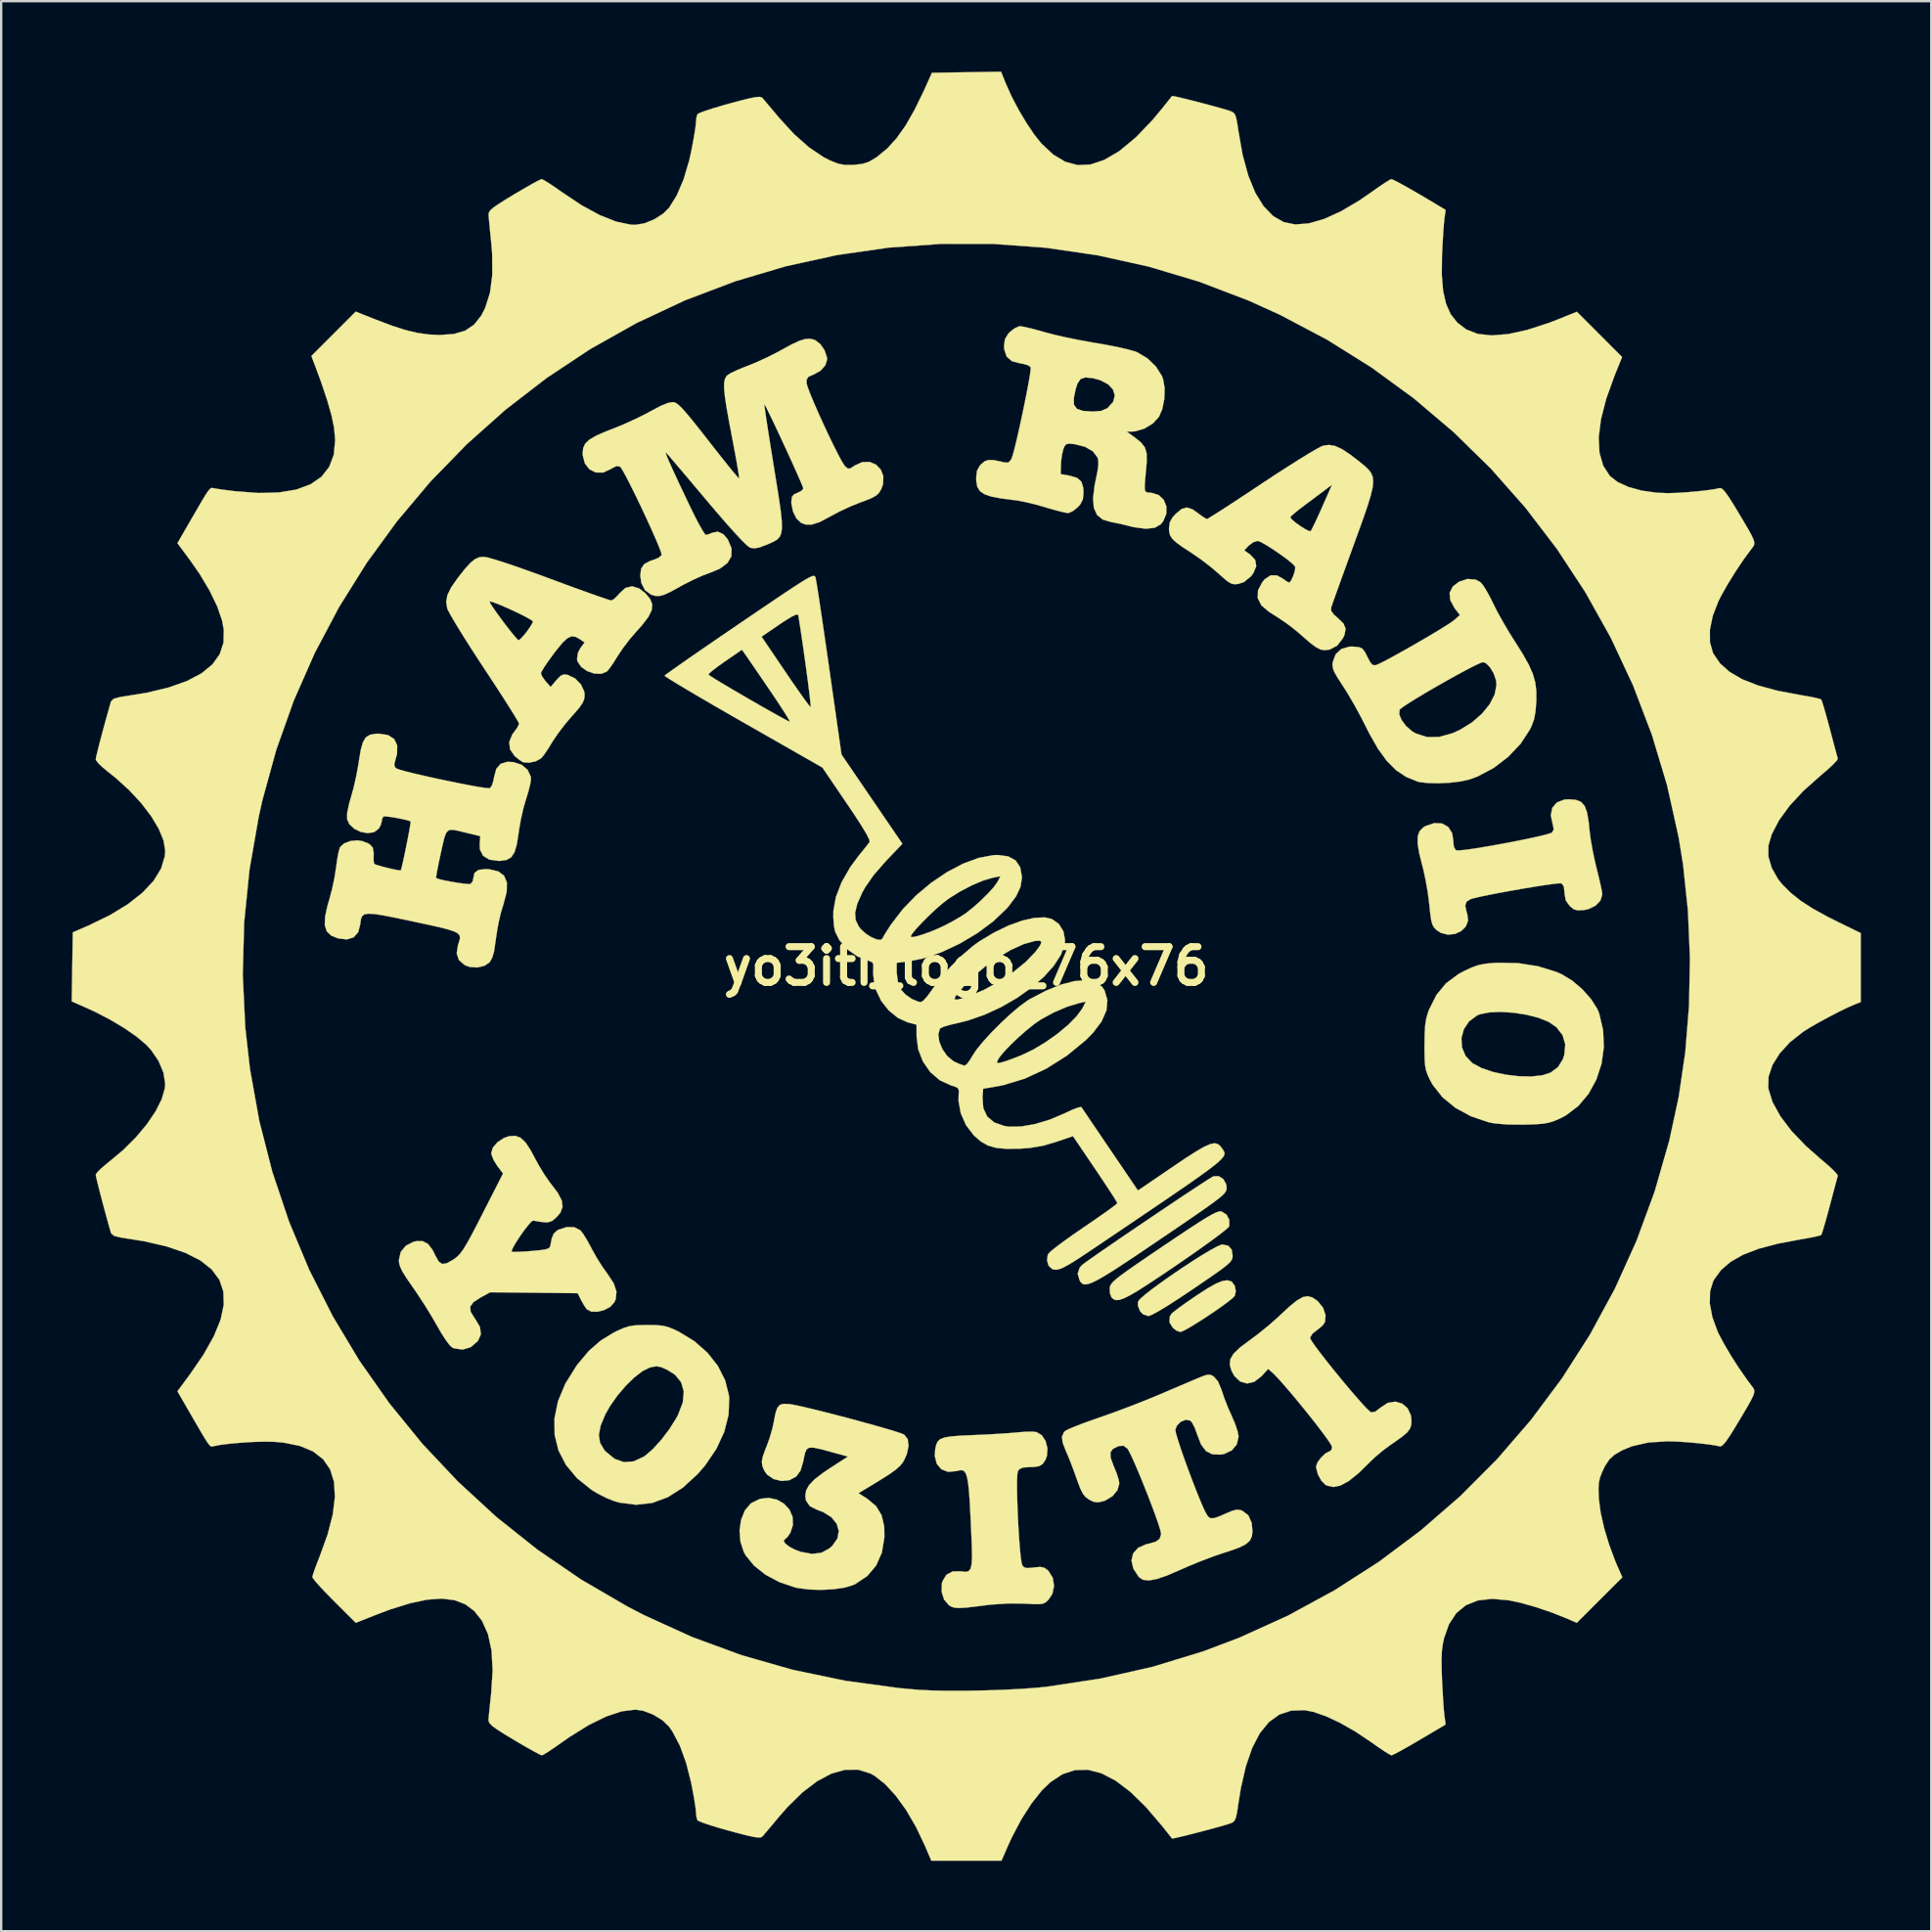
<source format=kicad_pcb>
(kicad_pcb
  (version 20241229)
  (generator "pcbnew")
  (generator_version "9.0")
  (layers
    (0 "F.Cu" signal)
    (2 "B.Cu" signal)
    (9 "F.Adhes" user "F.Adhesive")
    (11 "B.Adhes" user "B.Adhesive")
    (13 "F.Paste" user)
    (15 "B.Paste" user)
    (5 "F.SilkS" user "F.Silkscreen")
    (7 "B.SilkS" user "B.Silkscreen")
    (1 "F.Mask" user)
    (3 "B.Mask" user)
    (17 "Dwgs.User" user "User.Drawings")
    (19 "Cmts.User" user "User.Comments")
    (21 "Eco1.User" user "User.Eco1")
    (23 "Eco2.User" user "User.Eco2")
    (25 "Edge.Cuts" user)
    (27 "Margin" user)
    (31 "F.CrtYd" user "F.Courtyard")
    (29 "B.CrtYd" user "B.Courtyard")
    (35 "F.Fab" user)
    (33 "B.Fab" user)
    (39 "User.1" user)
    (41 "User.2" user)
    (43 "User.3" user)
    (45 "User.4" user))
  (footprint "yo3iti_logo_76x76"
    (layer "F.Cu")
    (at 38.109 38.108)
    (property "Reference" "yo3iti_logo_76x76" (at 0 0 0) (layer "F.SilkS") (effects (font (size 1.524 1.524) (thickness 0.3))))
    (attr through_hole)
    (fp_poly (pts (xy 11.285 13.425) (xy 11.313 13.442) (xy 11.435 13.608) (xy 11.481 13.842) (xy 11.44 14.036) (xy 11.338 14.142) (xy 11.124 14.313) (xy 10.83 14.528) (xy 10.486 14.766) (xy 10.124 15.006) (xy 9.775 15.228) (xy 9.47 15.412) (xy 9.24 15.535) (xy 9.12 15.579) (xy 8.955 15.522) (xy 8.805 15.409) (xy 8.656 15.169) (xy 8.669 14.925) (xy 8.742 14.802) (xy 8.849 14.708) (xy 9.068 14.543) (xy 9.369 14.327) (xy 9.723 14.083) (xy 9.81 14.024) (xy 10.28 13.72) (xy 10.641 13.517) (xy 10.914 13.406) (xy 11.122 13.378) (xy 11.285 13.425)) (stroke (width 0.01) (type solid)) (fill yes) (layer "F.SilkS"))
    (fp_poly (pts (xy 11.167 11.907) (xy 11.308 12.077) (xy 11.345 12.33) (xy 11.339 12.42) (xy 11.309 12.507) (xy 11.239 12.603) (xy 11.112 12.722) (xy 10.912 12.88) (xy 10.623 13.088) (xy 10.227 13.362) (xy 9.709 13.716) (xy 9.654 13.753) (xy 9.069 14.144) (xy 8.576 14.461) (xy 8.185 14.697) (xy 7.908 14.846) (xy 7.756 14.901) (xy 7.751 14.901) (xy 7.524 14.822) (xy 7.401 14.69) (xy 7.309 14.45) (xy 7.314 14.288) (xy 7.401 14.177) (xy 7.608 13.994) (xy 7.912 13.756) (xy 8.287 13.48) (xy 8.709 13.182) (xy 9.154 12.879) (xy 9.597 12.587) (xy 10.014 12.322) (xy 10.381 12.102) (xy 10.673 11.943) (xy 10.866 11.861) (xy 10.909 11.853) (xy 11.167 11.907)) (stroke (width 0.01) (type solid)) (fill yes) (layer "F.SilkS"))
    (fp_poly (pts (xy 10.875 10.447) (xy 11.083 10.577) (xy 11.204 10.802) (xy 11.204 11.056) (xy 11.195 11.086) (xy 11.111 11.173) (xy 10.905 11.341) (xy 10.593 11.578) (xy 10.192 11.869) (xy 9.721 12.204) (xy 9.197 12.567) (xy 8.947 12.738) (xy 8.285 13.186) (xy 7.745 13.543) (xy 7.315 13.817) (xy 6.978 14.015) (xy 6.721 14.144) (xy 6.529 14.211) (xy 6.387 14.223) (xy 6.28 14.188) (xy 6.194 14.113) (xy 6.185 14.103) (xy 6.122 13.936) (xy 6.111 13.711) (xy 6.127 13.63) (xy 6.167 13.548) (xy 6.246 13.451) (xy 6.379 13.33) (xy 6.579 13.172) (xy 6.861 12.966) (xy 7.24 12.701) (xy 7.73 12.366) (xy 8.346 11.949) (xy 8.395 11.916) (xy 9.031 11.488) (xy 9.544 11.147) (xy 9.947 10.885) (xy 10.257 10.693) (xy 10.488 10.562) (xy 10.655 10.483) (xy 10.773 10.446) (xy 10.858 10.444) (xy 10.875 10.447)) (stroke (width 0.01) (type solid)) (fill yes) (layer "F.SilkS"))
    (fp_poly (pts (xy 10.95 9.066) (xy 11.072 9.284) (xy 11.091 9.427) (xy 11.087 9.499) (xy 11.067 9.57) (xy 11.017 9.65) (xy 10.924 9.748) (xy 10.778 9.874) (xy 10.563 10.039) (xy 10.268 10.252) (xy 9.88 10.523) (xy 9.387 10.862) (xy 8.775 11.279) (xy 8.264 11.626) (xy 7.507 12.138) (xy 6.877 12.56) (xy 6.361 12.898) (xy 5.946 13.158) (xy 5.62 13.348) (xy 5.369 13.473) (xy 5.182 13.54) (xy 5.046 13.555) (xy 4.947 13.525) (xy 4.875 13.456) (xy 4.829 13.383) (xy 4.746 13.095) (xy 4.829 12.842) (xy 4.932 12.728) (xy 5.052 12.635) (xy 5.291 12.464) (xy 5.63 12.227) (xy 6.049 11.938) (xy 6.529 11.608) (xy 7.052 11.252) (xy 7.599 10.882) (xy 8.15 10.51) (xy 8.687 10.15) (xy 9.189 9.814) (xy 9.64 9.515) (xy 10.019 9.266) (xy 10.307 9.08) (xy 10.486 8.97) (xy 10.532 8.946) (xy 10.756 8.941) (xy 10.95 9.066)) (stroke (width 0.01) (type solid)) (fill yes) (layer "F.SilkS"))
    (fp_poly (pts (xy -13.199 15.288) (xy -12.916 15.315) (xy -12.675 15.377) (xy -12.413 15.486) (xy -12.252 15.564) (xy -11.588 15.966) (xy -11.025 16.461) (xy -10.58 17.026) (xy -10.27 17.641) (xy -10.109 18.284) (xy -10.098 18.391) (xy -10.124 19.104) (xy -10.308 19.832) (xy -10.643 20.557) (xy -11.121 21.261) (xy -11.44 21.629) (xy -12.07 22.208) (xy -12.719 22.62) (xy -13.386 22.864) (xy -14.071 22.939) (xy -14.773 22.847) (xy -14.994 22.784) (xy -15.331 22.649) (xy -15.705 22.46) (xy -15.947 22.315) (xy -16.576 21.812) (xy -17.05 21.245) (xy -17.37 20.625) (xy -17.534 19.96) (xy -15.65 19.96) (xy -15.601 20.293) (xy -15.427 20.593) (xy -15.353 20.678) (xy -14.977 20.985) (xy -14.583 21.123) (xy -14.172 21.092) (xy -13.744 20.894) (xy -13.676 20.848) (xy -13.348 20.566) (xy -12.994 20.176) (xy -12.652 19.726) (xy -12.36 19.264) (xy -12.273 19.1) (xy -12.075 18.579) (xy -12.032 18.12) (xy -12.142 17.726) (xy -12.405 17.402) (xy -12.742 17.188) (xy -12.998 17.076) (xy -13.188 17.04) (xy -13.393 17.071) (xy -13.491 17.098) (xy -13.79 17.246) (xy -14.137 17.513) (xy -14.501 17.868) (xy -14.853 18.281) (xy -15.164 18.719) (xy -15.371 19.083) (xy -15.573 19.565) (xy -15.65 19.96) (xy -17.534 19.96) (xy -17.534 19.959) (xy -17.54 19.257) (xy -17.389 18.528) (xy -17.078 17.781) (xy -16.607 17.025) (xy -16.545 16.942) (xy -16.073 16.382) (xy -15.581 15.951) (xy -15.025 15.609) (xy -14.901 15.547) (xy -14.609 15.416) (xy -14.362 15.336) (xy -14.098 15.296) (xy -13.753 15.283) (xy -13.587 15.282) (xy -13.199 15.288)) (stroke (width 0.01) (type solid)) (fill yes) (layer "F.SilkS"))
    (fp_poly (pts (xy 23.5 -0.133) (xy 24.349 -0.001) (xy 25.127 0.239) (xy 25.37 0.345) (xy 25.813 0.614) (xy 26.239 0.977) (xy 26.607 1.389) (xy 26.876 1.81) (xy 26.959 2.005) (xy 27.128 2.724) (xy 27.159 3.451) (xy 27.059 4.162) (xy 26.838 4.833) (xy 26.505 5.438) (xy 26.069 5.954) (xy 25.54 6.356) (xy 25.298 6.483) (xy 25.049 6.589) (xy 24.826 6.661) (xy 24.583 6.705) (xy 24.272 6.731) (xy 23.848 6.745) (xy 23.749 6.747) (xy 23.054 6.742) (xy 22.506 6.695) (xy 22.244 6.645) (xy 21.492 6.389) (xy 20.832 6.029) (xy 20.284 5.579) (xy 19.869 5.053) (xy 19.753 4.843) (xy 19.651 4.624) (xy 19.584 4.43) (xy 19.544 4.219) (xy 19.525 3.946) (xy 19.519 3.568) (xy 19.52 3.344) (xy 19.524 3.068) (xy 21.092 3.068) (xy 21.116 3.459) (xy 21.27 3.823) (xy 21.556 4.124) (xy 21.568 4.132) (xy 21.95 4.337) (xy 22.435 4.502) (xy 22.981 4.62) (xy 23.543 4.686) (xy 24.079 4.696) (xy 24.546 4.644) (xy 24.887 4.532) (xy 25.203 4.3) (xy 25.407 3.973) (xy 25.474 3.773) (xy 25.516 3.331) (xy 25.399 2.931) (xy 25.132 2.591) (xy 24.803 2.368) (xy 24.37 2.195) (xy 23.858 2.064) (xy 23.31 1.98) (xy 22.77 1.946) (xy 22.282 1.966) (xy 21.888 2.044) (xy 21.761 2.096) (xy 21.418 2.35) (xy 21.194 2.686) (xy 21.092 3.068) (xy 19.524 3.068) (xy 19.527 2.871) (xy 19.548 2.52) (xy 19.59 2.246) (xy 19.657 2.003) (xy 19.717 1.841) (xy 20.029 1.221) (xy 20.434 0.729) (xy 20.957 0.339) (xy 21.204 0.206) (xy 21.541 0.049) (xy 21.821 -0.05) (xy 22.113 -0.108) (xy 22.484 -0.141) (xy 22.631 -0.149) (xy 23.5 -0.133)) (stroke (width 0.01) (type solid)) (fill yes) (layer "F.SilkS"))
    (fp_poly (pts (xy 14.741 14.108) (xy 14.945 14.245) (xy 14.973 14.269) (xy 15.197 14.543) (xy 15.305 14.864) (xy 15.284 15.149) (xy 15.181 15.3) (xy 14.991 15.463) (xy 14.939 15.497) (xy 14.747 15.653) (xy 14.651 15.809) (xy 14.647 15.837) (xy 14.7 15.945) (xy 14.845 16.158) (xy 15.064 16.452) (xy 15.339 16.805) (xy 15.649 17.193) (xy 15.977 17.595) (xy 16.303 17.986) (xy 16.61 18.343) (xy 16.877 18.645) (xy 17.086 18.867) (xy 17.219 18.988) (xy 17.241 19) (xy 17.416 18.977) (xy 17.65 18.799) (xy 17.956 18.598) (xy 18.272 18.546) (xy 18.565 18.628) (xy 18.799 18.828) (xy 18.94 19.132) (xy 18.965 19.357) (xy 18.953 19.545) (xy 18.899 19.702) (xy 18.782 19.856) (xy 18.577 20.032) (xy 18.262 20.258) (xy 18.076 20.385) (xy 17.746 20.63) (xy 17.408 20.915) (xy 17.187 21.126) (xy 16.706 21.598) (xy 16.295 21.927) (xy 15.942 22.12) (xy 15.635 22.183) (xy 15.363 22.122) (xy 15.303 22.091) (xy 15.127 21.916) (xy 14.981 21.649) (xy 14.905 21.368) (xy 14.901 21.305) (xy 14.962 21.132) (xy 15.112 20.93) (xy 15.297 20.755) (xy 15.468 20.663) (xy 15.5 20.659) (xy 15.561 20.587) (xy 15.578 20.468) (xy 15.525 20.358) (xy 15.38 20.142) (xy 15.162 19.845) (xy 14.889 19.488) (xy 14.579 19.096) (xy 14.252 18.69) (xy 13.925 18.294) (xy 13.616 17.932) (xy 13.346 17.625) (xy 13.131 17.398) (xy 13.047 17.318) (xy 12.86 17.153) (xy 12.573 17.466) (xy 12.27 17.701) (xy 11.961 17.774) (xy 11.669 17.691) (xy 11.421 17.455) (xy 11.296 17.226) (xy 11.224 16.968) (xy 11.25 16.734) (xy 11.389 16.501) (xy 11.654 16.245) (xy 12.052 15.947) (xy 12.44 15.658) (xy 12.87 15.308) (xy 13.266 14.96) (xy 13.377 14.856) (xy 13.776 14.486) (xy 14.088 14.235) (xy 14.337 14.094) (xy 14.547 14.055) (xy 14.741 14.108)) (stroke (width 0.01) (type solid)) (fill yes) (layer "F.SilkS"))
    (fp_poly (pts (xy 25.964 -7.088) (xy 26.186 -7.002) (xy 26.341 -6.83) (xy 26.445 -6.548) (xy 26.514 -6.133) (xy 26.542 -5.842) (xy 26.592 -5.445) (xy 26.676 -4.959) (xy 26.78 -4.459) (xy 26.849 -4.174) (xy 26.946 -3.781) (xy 27.026 -3.436) (xy 27.077 -3.179) (xy 27.093 -3.057) (xy 27.015 -2.799) (xy 26.805 -2.58) (xy 26.501 -2.433) (xy 26.314 -2.394) (xy 26.051 -2.38) (xy 25.878 -2.426) (xy 25.718 -2.553) (xy 25.703 -2.568) (xy 25.539 -2.798) (xy 25.485 -3.085) (xy 25.485 -3.131) (xy 25.456 -3.394) (xy 25.365 -3.521) (xy 25.345 -3.53) (xy 25.228 -3.53) (xy 24.974 -3.501) (xy 24.613 -3.45) (xy 24.175 -3.382) (xy 23.69 -3.301) (xy 23.188 -3.213) (xy 22.698 -3.123) (xy 22.25 -3.036) (xy 21.873 -2.958) (xy 21.598 -2.892) (xy 21.49 -2.861) (xy 21.312 -2.753) (xy 21.255 -2.578) (xy 21.314 -2.306) (xy 21.34 -2.234) (xy 21.377 -1.943) (xy 21.279 -1.692) (xy 21.081 -1.496) (xy 20.814 -1.375) (xy 20.514 -1.344) (xy 20.213 -1.422) (xy 20.027 -1.545) (xy 19.926 -1.648) (xy 19.856 -1.774) (xy 19.805 -1.961) (xy 19.764 -2.245) (xy 19.725 -2.625) (xy 19.664 -3.109) (xy 19.574 -3.636) (xy 19.471 -4.119) (xy 19.43 -4.275) (xy 19.293 -4.819) (xy 19.226 -5.231) (xy 19.231 -5.535) (xy 19.309 -5.754) (xy 19.462 -5.911) (xy 19.564 -5.972) (xy 19.939 -6.098) (xy 20.27 -6.081) (xy 20.53 -5.934) (xy 20.696 -5.671) (xy 20.743 -5.37) (xy 20.766 -5.1) (xy 20.839 -4.962) (xy 20.883 -4.936) (xy 21.012 -4.934) (xy 21.277 -4.961) (xy 21.648 -5.014) (xy 22.095 -5.087) (xy 22.591 -5.174) (xy 23.105 -5.269) (xy 23.608 -5.367) (xy 24.072 -5.464) (xy 24.466 -5.552) (xy 24.762 -5.628) (xy 24.931 -5.684) (xy 24.955 -5.699) (xy 25.025 -5.835) (xy 24.984 -6.035) (xy 24.98 -6.045) (xy 24.899 -6.43) (xy 24.962 -6.747) (xy 25.157 -6.976) (xy 25.471 -7.097) (xy 25.658 -7.112) (xy 25.964 -7.088)) (stroke (width 0.01) (type solid)) (fill yes) (layer "F.SilkS"))
    (fp_poly (pts (xy 2.995 19.844) (xy 3.221 19.98) (xy 3.381 20.228) (xy 3.459 20.536) (xy 3.438 20.855) (xy 3.374 21.024) (xy 3.257 21.2) (xy 3.108 21.294) (xy 2.874 21.33) (xy 2.691 21.335) (xy 2.423 21.353) (xy 2.27 21.418) (xy 2.199 21.51) (xy 2.175 21.647) (xy 2.163 21.922) (xy 2.163 22.303) (xy 2.173 22.761) (xy 2.19 23.265) (xy 2.215 23.784) (xy 2.245 24.286) (xy 2.279 24.742) (xy 2.315 25.12) (xy 2.353 25.389) (xy 2.386 25.513) (xy 2.463 25.604) (xy 2.595 25.636) (xy 2.834 25.618) (xy 2.882 25.611) (xy 3.145 25.587) (xy 3.314 25.617) (xy 3.458 25.719) (xy 3.51 25.77) (xy 3.686 26.056) (xy 3.739 26.398) (xy 3.668 26.736) (xy 3.505 26.982) (xy 3.394 27.086) (xy 3.284 27.147) (xy 3.133 27.174) (xy 2.901 27.174) (xy 2.545 27.154) (xy 2.509 27.151) (xy 1.815 27.142) (xy 1.054 27.193) (xy 0.803 27.223) (xy 0.302 27.287) (xy -0.061 27.325) (xy -0.316 27.338) (xy -0.493 27.326) (xy -0.622 27.287) (xy -0.732 27.224) (xy -0.737 27.22) (xy -0.943 26.981) (xy -1.049 26.654) (xy -1.041 26.3) (xy -1.014 26.199) (xy -0.847 25.922) (xy -0.58 25.778) (xy -0.225 25.773) (xy -0.203 25.777) (xy -0.03 25.797) (xy 0.096 25.768) (xy 0.179 25.669) (xy 0.227 25.48) (xy 0.245 25.18) (xy 0.238 24.747) (xy 0.222 24.319) (xy 0.186 23.534) (xy 0.154 22.903) (xy 0.12 22.41) (xy 0.082 22.039) (xy 0.036 21.775) (xy -0.021 21.602) (xy -0.094 21.504) (xy -0.185 21.467) (xy -0.298 21.474) (xy -0.423 21.506) (xy -0.775 21.538) (xy -1.059 21.428) (xy -1.255 21.198) (xy -1.34 20.867) (xy -1.326 20.6) (xy -1.285 20.399) (xy -1.222 20.251) (xy -1.111 20.146) (xy -0.928 20.075) (xy -0.65 20.028) (xy -0.253 19.997) (xy 0.289 19.972) (xy 0.32 19.971) (xy 0.832 19.948) (xy 1.334 19.92) (xy 1.779 19.891) (xy 2.12 19.863) (xy 2.214 19.854) (xy 2.54 19.828) (xy 2.828 19.826) (xy 2.995 19.844)) (stroke (width 0.01) (type solid)) (fill yes) (layer "F.SilkS"))
    (fp_poly (pts (xy 21.694 -16.469) (xy 21.903 -16.36) (xy 22.021 -16.219) (xy 22.178 -15.967) (xy 22.349 -15.648) (xy 22.423 -15.494) (xy 22.608 -15.125) (xy 22.856 -14.678) (xy 23.13 -14.213) (xy 23.356 -13.855) (xy 23.704 -13.303) (xy 23.959 -12.849) (xy 24.132 -12.458) (xy 24.235 -12.097) (xy 24.282 -11.731) (xy 24.283 -11.326) (xy 24.28 -11.261) (xy 24.246 -10.835) (xy 24.184 -10.512) (xy 24.078 -10.223) (xy 24.011 -10.085) (xy 23.613 -9.477) (xy 23.086 -8.92) (xy 22.466 -8.446) (xy 21.791 -8.087) (xy 21.439 -7.957) (xy 21.063 -7.873) (xy 20.606 -7.818) (xy 20.124 -7.793) (xy 19.673 -7.802) (xy 19.312 -7.845) (xy 19.219 -7.869) (xy 18.738 -8.064) (xy 18.308 -8.351) (xy 17.913 -8.747) (xy 17.534 -9.269) (xy 17.156 -9.935) (xy 17.031 -10.185) (xy 16.792 -10.654) (xy 16.75 -10.731) (xy 18.443 -10.731) (xy 18.543 -10.488) (xy 18.733 -10.235) (xy 18.984 -10.014) (xy 19.135 -9.922) (xy 19.613 -9.765) (xy 20.137 -9.767) (xy 20.712 -9.926) (xy 21.032 -10.071) (xy 21.54 -10.384) (xy 21.967 -10.756) (xy 22.295 -11.161) (xy 22.508 -11.577) (xy 22.586 -11.978) (xy 22.566 -12.181) (xy 22.464 -12.475) (xy 22.312 -12.732) (xy 22.142 -12.905) (xy 22.014 -12.954) (xy 21.887 -12.912) (xy 21.643 -12.798) (xy 21.307 -12.625) (xy 20.906 -12.409) (xy 20.466 -12.164) (xy 20.013 -11.907) (xy 19.573 -11.65) (xy 19.172 -11.41) (xy 18.837 -11.201) (xy 18.594 -11.039) (xy 18.468 -10.938) (xy 18.459 -10.925) (xy 18.443 -10.731) (xy 16.75 -10.731) (xy 16.522 -11.148) (xy 16.256 -11.605) (xy 16.046 -11.938) (xy 15.823 -12.279) (xy 15.685 -12.521) (xy 15.616 -12.699) (xy 15.6 -12.852) (xy 15.611 -12.954) (xy 15.737 -13.293) (xy 15.982 -13.517) (xy 16.329 -13.614) (xy 16.498 -13.614) (xy 16.732 -13.59) (xy 16.875 -13.527) (xy 16.984 -13.384) (xy 17.085 -13.182) (xy 17.21 -12.945) (xy 17.309 -12.835) (xy 17.417 -12.82) (xy 17.466 -12.832) (xy 17.625 -12.902) (xy 17.9 -13.042) (xy 18.261 -13.238) (xy 18.68 -13.471) (xy 19.127 -13.726) (xy 19.574 -13.986) (xy 19.991 -14.233) (xy 20.349 -14.452) (xy 20.62 -14.626) (xy 20.775 -14.737) (xy 20.779 -14.74) (xy 21.026 -14.96) (xy 20.8 -15.256) (xy 20.614 -15.597) (xy 20.59 -15.909) (xy 20.726 -16.179) (xy 20.996 -16.382) (xy 21.356 -16.496) (xy 21.694 -16.469)) (stroke (width 0.01) (type solid)) (fill yes) (layer "F.SilkS"))
    (fp_poly (pts (xy -7.549 18.647) (xy -7.349 18.68) (xy -7.021 18.75) (xy -6.594 18.851) (xy -6.092 18.975) (xy -5.544 19.115) (xy -4.976 19.264) (xy -4.415 19.416) (xy -3.887 19.562) (xy -3.419 19.696) (xy -3.037 19.811) (xy -2.769 19.899) (xy -2.646 19.951) (xy -2.496 20.138) (xy -2.457 20.421) (xy -2.528 20.77) (xy -2.629 21.005) (xy -2.716 21.153) (xy -2.833 21.293) (xy -3.001 21.442) (xy -3.243 21.617) (xy -3.582 21.835) (xy -4.039 22.114) (xy -4.196 22.208) (xy -4.592 22.445) (xy -4.213 22.685) (xy -3.843 22.996) (xy -3.606 23.385) (xy -3.494 23.869) (xy -3.487 24.324) (xy -3.594 24.974) (xy -3.836 25.524) (xy -4.211 25.97) (xy -4.718 26.311) (xy -4.818 26.359) (xy -5.174 26.467) (xy -5.642 26.536) (xy -6.166 26.564) (xy -6.693 26.549) (xy -7.169 26.487) (xy -7.301 26.458) (xy -7.964 26.233) (xy -8.551 25.92) (xy -9.036 25.536) (xy -9.391 25.103) (xy -9.478 24.945) (xy -9.621 24.505) (xy -9.657 24.036) (xy -9.592 23.583) (xy -9.434 23.187) (xy -9.188 22.893) (xy -9.152 22.866) (xy -8.786 22.687) (xy -8.416 22.645) (xy -8.067 22.72) (xy -7.764 22.892) (xy -7.532 23.143) (xy -7.397 23.454) (xy -7.384 23.804) (xy -7.491 24.127) (xy -7.61 24.307) (xy -7.723 24.406) (xy -7.724 24.406) (xy -7.778 24.479) (xy -7.705 24.594) (xy -7.533 24.727) (xy -7.293 24.854) (xy -7.048 24.944) (xy -6.569 25.032) (xy -6.172 24.985) (xy -5.828 24.797) (xy -5.7 24.682) (xy -5.487 24.374) (xy -5.43 24.054) (xy -5.52 23.745) (xy -5.747 23.468) (xy -6.102 23.247) (xy -6.35 23.156) (xy -6.662 23) (xy -6.828 22.758) (xy -6.858 22.562) (xy -6.82 22.327) (xy -6.693 22.098) (xy -6.459 21.855) (xy -6.101 21.579) (xy -5.765 21.353) (xy -5.041 20.887) (xy -5.759 20.689) (xy -6.191 20.572) (xy -6.488 20.508) (xy -6.68 20.506) (xy -6.797 20.576) (xy -6.867 20.73) (xy -6.921 20.976) (xy -6.943 21.097) (xy -7.06 21.485) (xy -7.243 21.738) (xy -7.537 21.895) (xy -7.877 21.926) (xy -8.211 21.842) (xy -8.487 21.652) (xy -8.6 21.493) (xy -8.686 21.291) (xy -8.708 21.098) (xy -8.662 20.866) (xy -8.544 20.546) (xy -8.503 20.447) (xy -8.369 20.076) (xy -8.254 19.67) (xy -8.205 19.439) (xy -8.131 19.058) (xy -8.052 18.816) (xy -7.942 18.686) (xy -7.78 18.639) (xy -7.549 18.647)) (stroke (width 0.01) (type solid)) (fill yes) (layer "F.SilkS"))
    (fp_poly (pts (xy -18.992 7.301) (xy -18.78 7.497) (xy -18.56 7.827) (xy -18.4 8.128) (xy -18.193 8.508) (xy -17.961 8.887) (xy -17.745 9.199) (xy -17.687 9.271) (xy -17.392 9.663) (xy -17.229 9.981) (xy -17.195 10.249) (xy -17.285 10.491) (xy -17.444 10.683) (xy -17.642 10.851) (xy -17.828 10.911) (xy -18.015 10.903) (xy -18.254 10.869) (xy -18.429 10.835) (xy -18.445 10.831) (xy -18.528 10.883) (xy -18.67 11.042) (xy -18.846 11.271) (xy -19.03 11.532) (xy -19.195 11.789) (xy -19.317 12.003) (xy -19.369 12.137) (xy -19.364 12.16) (xy -19.269 12.169) (xy -19.045 12.164) (xy -18.73 12.146) (xy -18.534 12.131) (xy -18.159 12.096) (xy -17.922 12.061) (xy -17.789 12.016) (xy -17.729 11.951) (xy -17.714 11.896) (xy -17.654 11.585) (xy -17.573 11.392) (xy -17.445 11.269) (xy -17.36 11.22) (xy -17.016 11.108) (xy -16.693 11.117) (xy -16.439 11.248) (xy -16.427 11.259) (xy -16.309 11.414) (xy -16.15 11.671) (xy -15.982 11.979) (xy -15.957 12.029) (xy -15.748 12.406) (xy -15.499 12.801) (xy -15.277 13.11) (xy -15.014 13.511) (xy -14.9 13.861) (xy -14.93 14.178) (xy -14.989 14.313) (xy -15.164 14.507) (xy -15.422 14.646) (xy -15.711 14.718) (xy -15.978 14.711) (xy -16.167 14.61) (xy -16.172 14.604) (xy -16.283 14.441) (xy -16.407 14.219) (xy -16.415 14.202) (xy -16.552 13.928) (xy -18.415 13.908) (xy -20.278 13.888) (xy -20.701 14.119) (xy -20.994 14.312) (xy -21.129 14.501) (xy -21.112 14.714) (xy -20.95 14.981) (xy -20.916 15.024) (xy -20.713 15.369) (xy -20.675 15.682) (xy -20.804 15.965) (xy -20.809 15.971) (xy -21.108 16.226) (xy -21.456 16.33) (xy -21.82 16.275) (xy -21.899 16.241) (xy -22.013 16.133) (xy -22.18 15.909) (xy -22.374 15.605) (xy -22.528 15.337) (xy -22.774 14.91) (xy -23.076 14.421) (xy -23.389 13.943) (xy -23.571 13.679) (xy -23.836 13.296) (xy -24.013 13.013) (xy -24.115 12.8) (xy -24.161 12.624) (xy -24.168 12.515) (xy -24.091 12.175) (xy -23.876 11.907) (xy -23.55 11.74) (xy -23.425 11.712) (xy -23.15 11.712) (xy -22.929 11.827) (xy -22.737 12.076) (xy -22.608 12.335) (xy -22.473 12.577) (xy -22.325 12.681) (xy -22.129 12.653) (xy -21.853 12.498) (xy -21.802 12.463) (xy -21.68 12.368) (xy -21.562 12.244) (xy -21.433 12.07) (xy -21.281 11.824) (xy -21.093 11.486) (xy -20.856 11.035) (xy -20.598 10.53) (xy -19.732 8.829) (xy -19.982 8.499) (xy -20.132 8.256) (xy -20.222 8.023) (xy -20.233 7.945) (xy -20.16 7.718) (xy -19.966 7.494) (xy -19.696 7.317) (xy -19.478 7.24) (xy -19.218 7.221) (xy -18.992 7.301)) (stroke (width 0.01) (type solid)) (fill yes) (layer "F.SilkS"))
    (fp_poly (pts (xy 10.42 17.41) (xy 10.544 17.478) (xy 10.545 17.478) (xy 10.721 17.681) (xy 10.87 18.034) (xy 10.888 18.091) (xy 10.998 18.418) (xy 11.153 18.809) (xy 11.313 19.168) (xy 11.453 19.494) (xy 11.554 19.798) (xy 11.599 20.02) (xy 11.599 20.038) (xy 11.523 20.37) (xy 11.31 20.624) (xy 10.981 20.776) (xy 10.829 20.803) (xy 10.482 20.789) (xy 10.212 20.651) (xy 10.002 20.373) (xy 9.836 19.946) (xy 9.735 19.665) (xy 9.622 19.446) (xy 9.543 19.354) (xy 9.348 19.319) (xy 9.139 19.402) (xy 8.972 19.569) (xy 8.906 19.743) (xy 8.929 19.879) (xy 9.005 20.142) (xy 9.122 20.504) (xy 9.271 20.934) (xy 9.441 21.404) (xy 9.621 21.885) (xy 9.8 22.346) (xy 9.967 22.76) (xy 10.112 23.095) (xy 10.2 23.278) (xy 10.298 23.439) (xy 10.409 23.514) (xy 10.57 23.507) (xy 10.818 23.418) (xy 11.043 23.317) (xy 11.327 23.197) (xy 11.519 23.149) (xy 11.673 23.164) (xy 11.762 23.196) (xy 12.015 23.387) (xy 12.157 23.706) (xy 12.192 24.049) (xy 12.169 24.28) (xy 12.084 24.463) (xy 11.915 24.616) (xy 11.637 24.758) (xy 11.226 24.906) (xy 10.991 24.98) (xy 10.545 25.131) (xy 10.02 25.329) (xy 9.491 25.545) (xy 9.128 25.705) (xy 8.56 25.95) (xy 8.115 26.102) (xy 7.777 26.163) (xy 7.529 26.135) (xy 7.356 26.023) (xy 7.348 26.014) (xy 7.116 25.657) (xy 7.038 25.317) (xy 7.107 25.015) (xy 7.318 24.775) (xy 7.663 24.62) (xy 7.752 24.601) (xy 8.064 24.516) (xy 8.236 24.392) (xy 8.296 24.207) (xy 8.297 24.168) (xy 8.266 24.014) (xy 8.178 23.736) (xy 8.047 23.363) (xy 7.884 22.924) (xy 7.7 22.45) (xy 7.509 21.971) (xy 7.32 21.515) (xy 7.147 21.113) (xy 7.001 20.795) (xy 6.894 20.59) (xy 6.855 20.536) (xy 6.693 20.423) (xy 6.507 20.438) (xy 6.466 20.451) (xy 6.244 20.561) (xy 6.141 20.71) (xy 6.149 20.929) (xy 6.263 21.25) (xy 6.292 21.317) (xy 6.412 21.615) (xy 6.494 21.88) (xy 6.519 22.034) (xy 6.441 22.316) (xy 6.233 22.57) (xy 5.932 22.754) (xy 5.844 22.785) (xy 5.601 22.838) (xy 5.412 22.809) (xy 5.235 22.72) (xy 5.09 22.617) (xy 4.974 22.477) (xy 4.864 22.261) (xy 4.737 21.931) (xy 4.691 21.798) (xy 4.552 21.411) (xy 4.408 21.037) (xy 4.284 20.737) (xy 4.248 20.659) (xy 4.107 20.299) (xy 4.077 20.039) (xy 4.159 19.85) (xy 4.212 19.796) (xy 4.341 19.727) (xy 4.599 19.617) (xy 4.956 19.478) (xy 5.381 19.324) (xy 5.658 19.228) (xy 6.233 19.025) (xy 6.877 18.785) (xy 7.517 18.536) (xy 8.081 18.307) (xy 8.156 18.275) (xy 8.62 18.077) (xy 9.073 17.884) (xy 9.473 17.714) (xy 9.774 17.586) (xy 9.849 17.554) (xy 10.124 17.443) (xy 10.297 17.397) (xy 10.42 17.41)) (stroke (width 0.01) (type solid)) (fill yes) (layer "F.SilkS"))
    (fp_poly (pts (xy 15.711 -22.162) (xy 16.008 -22.026) (xy 16.369 -21.787) (xy 16.764 -21.481) (xy 16.968 -21.313) (xy 17.128 -21.163) (xy 17.244 -21.014) (xy 17.313 -20.845) (xy 17.334 -20.64) (xy 17.307 -20.38) (xy 17.228 -20.046) (xy 17.098 -19.621) (xy 16.914 -19.085) (xy 16.675 -18.421) (xy 16.48 -17.885) (xy 16.257 -17.271) (xy 16.051 -16.702) (xy 15.87 -16.2) (xy 15.721 -15.786) (xy 15.613 -15.48) (xy 15.552 -15.304) (xy 15.543 -15.276) (xy 15.546 -15.137) (xy 15.655 -14.983) (xy 15.832 -14.828) (xy 16.07 -14.595) (xy 16.16 -14.376) (xy 16.114 -14.123) (xy 16.045 -13.971) (xy 15.803 -13.659) (xy 15.484 -13.49) (xy 15.268 -13.462) (xy 15.097 -13.489) (xy 14.905 -13.584) (xy 14.657 -13.768) (xy 14.419 -13.973) (xy 14.123 -14.231) (xy 13.869 -14.438) (xy 13.61 -14.629) (xy 13.299 -14.839) (xy 12.89 -15.1) (xy 12.887 -15.102) (xy 12.569 -15.375) (xy 12.416 -15.683) (xy 12.428 -16.014) (xy 12.608 -16.358) (xy 12.716 -16.485) (xy 12.963 -16.651) (xy 13.233 -16.649) (xy 13.485 -16.51) (xy 13.649 -16.393) (xy 13.752 -16.341) (xy 13.755 -16.341) (xy 13.828 -16.413) (xy 13.911 -16.584) (xy 13.982 -16.79) (xy 14.015 -16.965) (xy 14.005 -17.029) (xy 13.889 -17.152) (xy 13.672 -17.329) (xy 13.393 -17.534) (xy 13.09 -17.742) (xy 12.802 -17.926) (xy 12.566 -18.06) (xy 12.42 -18.118) (xy 12.411 -18.119) (xy 12.221 -18.059) (xy 12.032 -17.917) (xy 11.842 -17.715) (xy 12.102 -17.53) (xy 12.31 -17.304) (xy 12.353 -17.042) (xy 12.231 -16.746) (xy 12.129 -16.609) (xy 11.827 -16.363) (xy 11.588 -16.285) (xy 11.425 -16.271) (xy 11.286 -16.3) (xy 11.129 -16.394) (xy 10.914 -16.575) (xy 10.758 -16.716) (xy 10.414 -17.01) (xy 10.009 -17.321) (xy 9.631 -17.582) (xy 9.627 -17.585) (xy 9.227 -17.846) (xy 8.951 -18.045) (xy 8.776 -18.208) (xy 8.681 -18.358) (xy 8.642 -18.519) (xy 8.636 -18.65) (xy 8.667 -18.902) (xy 8.782 -19.114) (xy 8.924 -19.27) (xy 9.174 -19.478) (xy 9.395 -19.542) (xy 9.632 -19.466) (xy 9.864 -19.304) (xy 10.065 -19.155) (xy 10.215 -19.064) (xy 10.255 -19.05) (xy 10.34 -19.095) (xy 10.386 -19.124) (xy 13.801 -19.124) (xy 13.864 -19.035) (xy 14.022 -18.9) (xy 14.229 -18.751) (xy 14.437 -18.62) (xy 14.601 -18.538) (xy 14.669 -18.531) (xy 14.726 -18.629) (xy 14.835 -18.85) (xy 14.981 -19.161) (xy 15.147 -19.532) (xy 15.156 -19.552) (xy 15.58 -20.511) (xy 15.304 -20.303) (xy 15.107 -20.155) (xy 14.826 -19.945) (xy 14.512 -19.71) (xy 14.415 -19.638) (xy 14.143 -19.431) (xy 13.934 -19.258) (xy 13.816 -19.148) (xy 13.801 -19.124) (xy 10.386 -19.124) (xy 10.548 -19.224) (xy 10.863 -19.425) (xy 11.267 -19.686) (xy 11.742 -19.998) (xy 12.271 -20.348) (xy 12.598 -20.566) (xy 13.165 -20.94) (xy 13.702 -21.286) (xy 14.187 -21.593) (xy 14.602 -21.847) (xy 14.926 -22.036) (xy 15.141 -22.149) (xy 15.202 -22.173) (xy 15.451 -22.207) (xy 15.711 -22.162)) (stroke (width 0.01) (type solid)) (fill yes) (layer "F.SilkS"))
    (fp_poly (pts (xy -20.388 -17.411) (xy -20.069 -17.321) (xy -19.621 -17.178) (xy -19.055 -16.985) (xy -18.387 -16.747) (xy -17.741 -16.51) (xy -17.123 -16.281) (xy -16.552 -16.073) (xy -16.05 -15.892) (xy -15.637 -15.746) (xy -15.331 -15.642) (xy -15.154 -15.586) (xy -15.121 -15.579) (xy -15.003 -15.641) (xy -14.843 -15.798) (xy -14.78 -15.875) (xy -14.52 -16.113) (xy -14.234 -16.186) (xy -13.93 -16.091) (xy -13.665 -15.883) (xy -13.466 -15.644) (xy -13.375 -15.413) (xy -13.398 -15.166) (xy -13.54 -14.88) (xy -13.807 -14.531) (xy -14.055 -14.255) (xy -14.34 -13.923) (xy -14.627 -13.546) (xy -14.855 -13.204) (xy -14.859 -13.197) (xy -15.035 -12.917) (xy -15.194 -12.688) (xy -15.306 -12.556) (xy -15.311 -12.552) (xy -15.554 -12.453) (xy -15.851 -12.468) (xy -16.151 -12.574) (xy -16.404 -12.752) (xy -16.558 -12.981) (xy -16.58 -13.075) (xy -16.539 -13.358) (xy -16.433 -13.555) (xy -16.257 -13.792) (xy -16.445 -13.923) (xy -16.636 -14.031) (xy -16.808 -14.054) (xy -16.984 -13.977) (xy -17.191 -13.787) (xy -17.452 -13.471) (xy -17.566 -13.322) (xy -17.792 -13.013) (xy -17.973 -12.747) (xy -18.088 -12.556) (xy -18.119 -12.48) (xy -18.067 -12.348) (xy -17.939 -12.165) (xy -17.912 -12.133) (xy -17.705 -11.896) (xy -17.462 -12.184) (xy -17.29 -12.364) (xy -17.149 -12.431) (xy -16.981 -12.413) (xy -16.664 -12.261) (xy -16.415 -12.008) (xy -16.273 -11.702) (xy -16.256 -11.556) (xy -16.273 -11.387) (xy -16.339 -11.221) (xy -16.475 -11.023) (xy -16.705 -10.755) (xy -16.795 -10.655) (xy -17.085 -10.315) (xy -17.372 -9.94) (xy -17.605 -9.599) (xy -17.649 -9.526) (xy -17.825 -9.24) (xy -17.989 -9.002) (xy -18.107 -8.858) (xy -18.11 -8.855) (xy -18.33 -8.734) (xy -18.61 -8.67) (xy -18.857 -8.684) (xy -18.881 -8.692) (xy -19.025 -8.781) (xy -19.213 -8.934) (xy -19.241 -8.959) (xy -19.433 -9.238) (xy -19.467 -9.55) (xy -19.34 -9.87) (xy -19.262 -9.975) (xy -19.124 -10.164) (xy -19.053 -10.313) (xy -19.05 -10.334) (xy -19.095 -10.429) (xy -19.223 -10.646) (xy -19.423 -10.969) (xy -19.684 -11.379) (xy -19.993 -11.858) (xy -20.341 -12.389) (xy -20.529 -12.674) (xy -20.898 -13.237) (xy -21.241 -13.77) (xy -21.543 -14.252) (xy -21.794 -14.664) (xy -21.98 -14.984) (xy -22.089 -15.193) (xy -22.11 -15.245) (xy -22.153 -15.522) (xy -22.15 -15.537) (xy -20.305 -15.537) (xy -20.274 -15.459) (xy -20.16 -15.281) (xy -19.988 -15.034) (xy -19.781 -14.751) (xy -19.564 -14.464) (xy -19.359 -14.205) (xy -19.192 -14.005) (xy -19.087 -13.896) (xy -19.067 -13.885) (xy -18.983 -13.947) (xy -18.837 -14.105) (xy -18.729 -14.239) (xy -18.575 -14.456) (xy -18.477 -14.625) (xy -18.457 -14.684) (xy -18.529 -14.748) (xy -18.72 -14.858) (xy -18.993 -14.998) (xy -19.311 -15.151) (xy -19.637 -15.298) (xy -19.934 -15.424) (xy -20.165 -15.51) (xy -20.293 -15.541) (xy -20.305 -15.537) (xy -22.15 -15.537) (xy -22.104 -15.803) (xy -21.95 -16.122) (xy -21.68 -16.514) (xy -21.653 -16.549) (xy -21.352 -16.928) (xy -21.117 -17.186) (xy -20.923 -17.343) (xy -20.743 -17.421) (xy -20.564 -17.441) (xy -20.388 -17.411)) (stroke (width 0.01) (type solid)) (fill yes) (layer "F.SilkS"))
    (fp_poly (pts (xy 2.447 -27.239) (xy 2.722 -27.177) (xy 3.072 -27.085) (xy 3.334 -27.01) (xy 3.737 -26.904) (xy 4.25 -26.787) (xy 4.814 -26.672) (xy 5.373 -26.57) (xy 5.531 -26.544) (xy 6.026 -26.458) (xy 6.495 -26.364) (xy 6.898 -26.27) (xy 7.195 -26.186) (xy 7.287 -26.151) (xy 7.713 -25.897) (xy 8.077 -25.547) (xy 8.332 -25.147) (xy 8.382 -25.018) (xy 8.451 -24.622) (xy 8.437 -24.167) (xy 8.348 -23.727) (xy 8.208 -23.402) (xy 7.949 -23.12) (xy 7.591 -22.902) (xy 7.203 -22.786) (xy 7.078 -22.777) (xy 6.833 -22.775) (xy 7.18 -22.524) (xy 7.449 -22.306) (xy 7.61 -22.096) (xy 7.682 -21.845) (xy 7.687 -21.502) (xy 7.672 -21.301) (xy 7.63 -20.85) (xy 7.605 -20.54) (xy 7.602 -20.344) (xy 7.625 -20.236) (xy 7.681 -20.189) (xy 7.774 -20.174) (xy 7.893 -20.167) (xy 8.201 -20.07) (xy 8.415 -19.863) (xy 8.526 -19.582) (xy 8.521 -19.268) (xy 8.389 -18.956) (xy 8.29 -18.83) (xy 8.031 -18.677) (xy 7.646 -18.634) (xy 7.134 -18.703) (xy 6.9 -18.76) (xy 6.58 -18.839) (xy 6.269 -18.904) (xy 6.166 -18.922) (xy 5.811 -19.028) (xy 5.569 -19.227) (xy 5.434 -19.528) (xy 5.401 -19.944) (xy 5.468 -20.486) (xy 5.511 -20.695) (xy 5.593 -21.097) (xy 5.628 -21.376) (xy 5.619 -21.569) (xy 5.588 -21.674) (xy 5.393 -21.933) (xy 5.062 -22.125) (xy 4.623 -22.237) (xy 4.384 -22.262) (xy 4.255 -22.235) (xy 4.179 -22.134) (xy 4.142 -22.046) (xy 4.082 -21.811) (xy 4.041 -21.506) (xy 4.034 -21.382) (xy 4.022 -20.963) (xy 4.403 -20.896) (xy 4.72 -20.803) (xy 4.906 -20.639) (xy 4.986 -20.368) (xy 4.995 -20.17) (xy 4.966 -19.884) (xy 4.854 -19.669) (xy 4.748 -19.551) (xy 4.552 -19.394) (xy 4.372 -19.309) (xy 4.335 -19.304) (xy 4.185 -19.328) (xy 3.919 -19.393) (xy 3.58 -19.487) (xy 3.371 -19.55) (xy 2.957 -19.667) (xy 2.536 -19.768) (xy 2.179 -19.837) (xy 2.069 -19.852) (xy 1.496 -19.925) (xy 1.07 -20.005) (xy 0.772 -20.107) (xy 0.58 -20.241) (xy 0.472 -20.42) (xy 0.428 -20.657) (xy 0.423 -20.808) (xy 0.457 -21.105) (xy 0.579 -21.324) (xy 0.64 -21.391) (xy 0.787 -21.511) (xy 0.948 -21.566) (xy 1.168 -21.559) (xy 1.492 -21.493) (xy 1.613 -21.462) (xy 1.784 -21.451) (xy 1.893 -21.555) (xy 1.933 -21.635) (xy 1.989 -21.8) (xy 2.066 -22.091) (xy 2.16 -22.478) (xy 2.263 -22.932) (xy 2.37 -23.424) (xy 2.474 -23.923) (xy 2.528 -24.193) (xy 4.579 -24.193) (xy 4.589 -23.917) (xy 4.712 -23.746) (xy 4.965 -23.657) (xy 5.363 -23.628) (xy 5.386 -23.627) (xy 5.741 -23.656) (xy 5.992 -23.761) (xy 6.033 -23.79) (xy 6.258 -24.044) (xy 6.328 -24.309) (xy 6.252 -24.564) (xy 6.04 -24.79) (xy 5.704 -24.966) (xy 5.393 -25.05) (xy 5.077 -25.082) (xy 4.873 -25.016) (xy 4.74 -24.827) (xy 4.664 -24.596) (xy 4.579 -24.193) (xy 2.528 -24.193) (xy 2.57 -24.402) (xy 2.651 -24.83) (xy 2.711 -25.177) (xy 2.744 -25.416) (xy 2.745 -25.513) (xy 2.635 -25.598) (xy 2.408 -25.663) (xy 2.305 -25.678) (xy 1.946 -25.773) (xy 1.72 -25.968) (xy 1.617 -26.276) (xy 1.609 -26.432) (xy 1.649 -26.717) (xy 1.795 -26.951) (xy 1.856 -27.015) (xy 2.058 -27.173) (xy 2.25 -27.258) (xy 2.29 -27.263) (xy 2.447 -27.239)) (stroke (width 0.01) (type solid)) (fill yes) (layer "F.SilkS"))
    (fp_poly (pts (xy -24.633 -9.848) (xy -24.37 -9.68) (xy -24.24 -9.409) (xy -24.246 -9.046) (xy -24.312 -8.805) (xy -24.366 -8.602) (xy -24.337 -8.485) (xy -24.273 -8.425) (xy -24.148 -8.376) (xy -23.889 -8.303) (xy -23.524 -8.212) (xy -23.083 -8.11) (xy -22.595 -8.001) (xy -22.089 -7.894) (xy -21.594 -7.793) (xy -21.14 -7.705) (xy -20.755 -7.636) (xy -20.468 -7.593) (xy -20.31 -7.581) (xy -20.293 -7.584) (xy -20.207 -7.694) (xy -20.137 -7.924) (xy -20.116 -8.048) (xy -20.019 -8.406) (xy -19.836 -8.621) (xy -19.55 -8.707) (xy -19.281 -8.694) (xy -18.94 -8.582) (xy -18.686 -8.368) (xy -18.553 -8.085) (xy -18.542 -7.969) (xy -18.569 -7.776) (xy -18.64 -7.483) (xy -18.741 -7.149) (xy -18.756 -7.106) (xy -18.867 -6.719) (xy -18.973 -6.249) (xy -19.053 -5.784) (xy -19.068 -5.675) (xy -19.143 -5.194) (xy -19.242 -4.858) (xy -19.381 -4.644) (xy -19.578 -4.529) (xy -19.849 -4.489) (xy -19.924 -4.487) (xy -20.315 -4.542) (xy -20.581 -4.704) (xy -20.714 -4.966) (xy -20.727 -5.193) (xy -20.701 -5.54) (xy -21.294 -5.684) (xy -21.641 -5.77) (xy -21.882 -5.813) (xy -22.043 -5.793) (xy -22.15 -5.688) (xy -22.231 -5.477) (xy -22.312 -5.139) (xy -22.383 -4.814) (xy -22.468 -4.421) (xy -22.533 -4.092) (xy -22.573 -3.861) (xy -22.582 -3.759) (xy -22.581 -3.757) (xy -22.472 -3.715) (xy -22.246 -3.66) (xy -21.952 -3.603) (xy -21.641 -3.551) (xy -21.364 -3.513) (xy -21.172 -3.499) (xy -21.119 -3.504) (xy -21.025 -3.616) (xy -20.997 -3.755) (xy -20.946 -3.977) (xy -20.781 -4.102) (xy -20.488 -4.139) (xy -20.304 -4.128) (xy -19.93 -4.039) (xy -19.686 -3.853) (xy -19.568 -3.566) (xy -19.576 -3.17) (xy -19.707 -2.662) (xy -19.725 -2.609) (xy -19.826 -2.268) (xy -19.922 -1.856) (xy -19.984 -1.511) (xy -20.036 -1.162) (xy -20.083 -0.843) (xy -20.116 -0.621) (xy -20.116 -0.62) (xy -20.192 -0.365) (xy -20.302 -0.17) (xy -20.522 -0.018) (xy -20.826 0.052) (xy -21.149 0.032) (xy -21.361 -0.046) (xy -21.61 -0.262) (xy -21.706 -0.549) (xy -21.65 -0.909) (xy -21.643 -0.927) (xy -21.591 -1.084) (xy -21.565 -1.209) (xy -21.583 -1.312) (xy -21.661 -1.4) (xy -21.815 -1.482) (xy -22.063 -1.564) (xy -22.421 -1.656) (xy -22.905 -1.765) (xy -23.532 -1.9) (xy -23.778 -1.952) (xy -24.401 -2.082) (xy -24.878 -2.174) (xy -25.23 -2.227) (xy -25.476 -2.239) (xy -25.637 -2.209) (xy -25.732 -2.135) (xy -25.782 -2.016) (xy -25.805 -1.851) (xy -25.808 -1.813) (xy -25.898 -1.456) (xy -26.093 -1.231) (xy -26.388 -1.141) (xy -26.76 -1.187) (xy -27.053 -1.305) (xy -27.24 -1.487) (xy -27.325 -1.749) (xy -27.312 -2.111) (xy -27.206 -2.592) (xy -27.134 -2.836) (xy -27.016 -3.276) (xy -26.911 -3.773) (xy -26.843 -4.21) (xy -26.795 -4.557) (xy -26.739 -4.854) (xy -26.685 -5.048) (xy -26.673 -5.074) (xy -26.505 -5.231) (xy -26.236 -5.333) (xy -25.928 -5.362) (xy -25.729 -5.331) (xy -25.436 -5.215) (xy -25.283 -5.057) (xy -25.239 -4.82) (xy -25.243 -4.73) (xy -25.246 -4.51) (xy -25.223 -4.371) (xy -25.215 -4.358) (xy -25.116 -4.316) (xy -24.911 -4.256) (xy -24.654 -4.189) (xy -24.396 -4.129) (xy -24.19 -4.089) (xy -24.089 -4.082) (xy -24.086 -4.083) (xy -24.057 -4.177) (xy -24.005 -4.396) (xy -23.939 -4.7) (xy -23.866 -5.051) (xy -23.795 -5.41) (xy -23.732 -5.738) (xy -23.687 -5.997) (xy -23.666 -6.147) (xy -23.667 -6.169) (xy -23.771 -6.209) (xy -23.986 -6.261) (xy -24.254 -6.315) (xy -24.521 -6.359) (xy -24.731 -6.384) (xy -24.826 -6.381) (xy -24.883 -6.271) (xy -24.892 -6.195) (xy -24.939 -6.017) (xy -25.024 -5.861) (xy -25.221 -5.712) (xy -25.491 -5.669) (xy -25.788 -5.721) (xy -26.065 -5.853) (xy -26.278 -6.051) (xy -26.371 -6.253) (xy -26.372 -6.526) (xy -26.285 -6.939) (xy -26.208 -7.201) (xy -26.095 -7.611) (xy -25.984 -8.104) (xy -25.893 -8.593) (xy -25.87 -8.75) (xy -25.792 -9.219) (xy -25.7 -9.543) (xy -25.576 -9.748) (xy -25.4 -9.86) (xy -25.155 -9.903) (xy -25.021 -9.906) (xy -24.633 -9.848)) (stroke (width 0.01) (type solid)) (fill yes) (layer "F.SilkS"))
    (fp_poly (pts (xy -6.476 -26.686) (xy -6.439 -26.672) (xy -6.219 -26.505) (xy -6.036 -26.239) (xy -5.935 -25.941) (xy -5.927 -25.841) (xy -6.003 -25.596) (xy -6.206 -25.37) (xy -6.493 -25.207) (xy -6.526 -25.195) (xy -6.722 -25.109) (xy -6.798 -24.991) (xy -6.803 -24.848) (xy -6.763 -24.692) (xy -6.66 -24.415) (xy -6.507 -24.046) (xy -6.319 -23.613) (xy -6.109 -23.147) (xy -5.889 -22.677) (xy -5.675 -22.232) (xy -5.479 -21.842) (xy -5.316 -21.536) (xy -5.197 -21.342) (xy -5.166 -21.304) (xy -5.055 -21.205) (xy -4.959 -21.198) (xy -4.809 -21.288) (xy -4.757 -21.325) (xy -4.43 -21.476) (xy -4.116 -21.482) (xy -3.844 -21.368) (xy -3.64 -21.156) (xy -3.531 -20.871) (xy -3.544 -20.536) (xy -3.621 -20.323) (xy -3.711 -20.171) (xy -3.831 -20.054) (xy -4.02 -19.948) (xy -4.316 -19.828) (xy -4.487 -19.766) (xy -4.912 -19.596) (xy -5.368 -19.385) (xy -5.763 -19.177) (xy -5.805 -19.152) (xy -6.231 -18.926) (xy -6.568 -18.815) (xy -6.845 -18.815) (xy -7.032 -18.883) (xy -7.232 -19.072) (xy -7.38 -19.368) (xy -7.449 -19.71) (xy -7.451 -19.77) (xy -7.429 -19.986) (xy -7.336 -20.102) (xy -7.197 -20.163) (xy -7.02 -20.252) (xy -6.941 -20.346) (xy -6.941 -20.349) (xy -6.974 -20.448) (xy -7.066 -20.668) (xy -7.205 -20.985) (xy -7.379 -21.373) (xy -7.576 -21.806) (xy -7.785 -22.258) (xy -7.992 -22.704) (xy -8.187 -23.117) (xy -8.358 -23.472) (xy -8.491 -23.743) (xy -8.577 -23.905) (xy -8.602 -23.938) (xy -8.595 -23.852) (xy -8.563 -23.619) (xy -8.51 -23.259) (xy -8.438 -22.793) (xy -8.351 -22.24) (xy -8.252 -21.621) (xy -8.197 -21.282) (xy -8.07 -20.497) (xy -7.97 -19.862) (xy -7.899 -19.359) (xy -7.859 -18.969) (xy -7.851 -18.675) (xy -7.878 -18.459) (xy -7.939 -18.303) (xy -8.038 -18.19) (xy -8.175 -18.101) (xy -8.353 -18.019) (xy -8.492 -17.959) (xy -8.806 -17.841) (xy -9.025 -17.8) (xy -9.202 -17.827) (xy -9.208 -17.829) (xy -9.334 -17.921) (xy -9.555 -18.136) (xy -9.865 -18.467) (xy -10.256 -18.905) (xy -10.718 -19.441) (xy -11.058 -19.843) (xy -11.472 -20.334) (xy -11.853 -20.787) (xy -12.188 -21.182) (xy -12.462 -21.504) (xy -12.66 -21.736) (xy -12.768 -21.86) (xy -12.781 -21.874) (xy -12.803 -21.872) (xy -12.77 -21.763) (xy -12.678 -21.54) (xy -12.523 -21.193) (xy -12.303 -20.717) (xy -12.013 -20.102) (xy -11.766 -19.583) (xy -11.564 -19.171) (xy -11.38 -18.819) (xy -11.229 -18.554) (xy -11.125 -18.4) (xy -11.092 -18.373) (xy -10.944 -18.41) (xy -10.829 -18.462) (xy -10.579 -18.512) (xy -10.341 -18.399) (xy -10.154 -18.175) (xy -9.998 -17.801) (xy -10.005 -17.466) (xy -10.172 -17.175) (xy -10.499 -16.932) (xy -10.901 -16.766) (xy -11.241 -16.638) (xy -11.652 -16.452) (xy -12.065 -16.243) (xy -12.203 -16.166) (xy -12.586 -15.954) (xy -12.865 -15.826) (xy -13.076 -15.77) (xy -13.257 -15.777) (xy -13.432 -15.832) (xy -13.685 -16.021) (xy -13.842 -16.327) (xy -13.885 -16.645) (xy -13.85 -16.932) (xy -13.722 -17.126) (xy -13.471 -17.263) (xy -13.303 -17.317) (xy -13.098 -17.404) (xy -12.983 -17.509) (xy -12.976 -17.529) (xy -13.004 -17.646) (xy -13.096 -17.887) (xy -13.239 -18.226) (xy -13.421 -18.636) (xy -13.629 -19.091) (xy -13.851 -19.563) (xy -14.073 -20.026) (xy -14.284 -20.453) (xy -14.47 -20.817) (xy -14.62 -21.093) (xy -14.72 -21.253) (xy -14.746 -21.279) (xy -14.89 -21.307) (xy -15.087 -21.214) (xy -15.136 -21.18) (xy -15.465 -21.03) (xy -15.78 -21.031) (xy -16.051 -21.167) (xy -16.247 -21.42) (xy -16.338 -21.772) (xy -16.341 -21.855) (xy -16.316 -22.078) (xy -16.228 -22.265) (xy -16.053 -22.431) (xy -15.772 -22.596) (xy -15.361 -22.776) (xy -15.057 -22.894) (xy -14.593 -23.083) (xy -14.087 -23.313) (xy -13.624 -23.544) (xy -13.447 -23.641) (xy -13.01 -23.871) (xy -12.692 -24) (xy -12.48 -24.031) (xy -12.475 -24.03) (xy -12.383 -24.001) (xy -12.268 -23.922) (xy -12.117 -23.778) (xy -11.918 -23.556) (xy -11.655 -23.239) (xy -11.316 -22.813) (xy -10.973 -22.374) (xy -10.621 -21.925) (xy -10.305 -21.525) (xy -10.038 -21.194) (xy -9.834 -20.948) (xy -9.709 -20.805) (xy -9.675 -20.777) (xy -9.681 -20.866) (xy -9.715 -21.096) (xy -9.774 -21.443) (xy -9.854 -21.882) (xy -9.949 -22.389) (xy -9.986 -22.582) (xy -10.12 -23.287) (xy -10.218 -23.845) (xy -10.282 -24.276) (xy -10.314 -24.6) (xy -10.314 -24.835) (xy -10.285 -25.001) (xy -10.227 -25.117) (xy -10.173 -25.176) (xy -10.024 -25.27) (xy -9.762 -25.394) (xy -9.437 -25.528) (xy -9.327 -25.569) (xy -8.925 -25.733) (xy -8.462 -25.946) (xy -8.018 -26.171) (xy -7.895 -26.239) (xy -7.452 -26.48) (xy -7.12 -26.636) (xy -6.866 -26.716) (xy -6.662 -26.73) (xy -6.476 -26.686)) (stroke (width 0.01) (type solid)) (fill yes) (layer "F.SilkS"))
    (fp_poly (pts (xy -6.447 -16.607) (xy -6.425 -16.564) (xy -6.415 -16.529) (xy -6.39 -16.398) (xy -6.344 -16.118) (xy -6.28 -15.708) (xy -6.201 -15.185) (xy -6.11 -14.568) (xy -6.009 -13.876) (xy -5.901 -13.128) (xy -5.833 -12.658) (xy -5.314 -9.017) (xy -4.017 -7.117) (xy -2.721 -5.217) (xy -3.427 -4.475) (xy -3.938 -3.892) (xy -4.309 -3.358) (xy -4.437 -3.125) (xy -4.643 -2.657) (xy -4.734 -2.283) (xy -4.713 -1.973) (xy -4.579 -1.696) (xy -4.483 -1.574) (xy -4.279 -1.388) (xy -4.043 -1.238) (xy -3.819 -1.143) (xy -3.647 -1.121) (xy -3.574 -1.175) (xy -3.528 -1.262) (xy -2.371 -1.262) (xy -2.299 -1.239) (xy -2.107 -1.275) (xy -1.829 -1.36) (xy -1.497 -1.482) (xy -1.145 -1.631) (xy -0.903 -1.746) (xy -0.568 -1.922) (xy -0.249 -2.108) (xy -0.014 -2.261) (xy 0.297 -2.508) (xy 0.623 -2.8) (xy 0.927 -3.1) (xy 1.173 -3.373) (xy 1.323 -3.581) (xy 1.327 -3.588) (xy 1.455 -3.832) (xy 1.133 -3.771) (xy 0.735 -3.656) (xy 0.26 -3.456) (xy -0.242 -3.196) (xy -0.718 -2.9) (xy -0.802 -2.841) (xy -1.044 -2.651) (xy -1.326 -2.403) (xy -1.621 -2.125) (xy -1.9 -1.844) (xy -2.137 -1.589) (xy -2.303 -1.388) (xy -2.37 -1.267) (xy -2.371 -1.262) (xy -3.528 -1.262) (xy -3.513 -1.291) (xy -3.383 -1.502) (xy -3.213 -1.765) (xy -3.2 -1.784) (xy -2.707 -2.427) (xy -2.129 -3.024) (xy -1.49 -3.558) (xy -0.816 -4.012) (xy -0.133 -4.371) (xy 0.533 -4.616) (xy 1.158 -4.732) (xy 1.347 -4.739) (xy 1.788 -4.68) (xy 2.105 -4.506) (xy 2.298 -4.215) (xy 2.37 -3.807) (xy 2.371 -3.765) (xy 2.31 -3.377) (xy 2.121 -2.976) (xy 1.79 -2.535) (xy 1.723 -2.459) (xy 1.155 -1.916) (xy 0.477 -1.411) (xy -0.273 -0.965) (xy -1.053 -0.599) (xy -1.822 -0.335) (xy -2.49 -0.202) (xy -2.963 -0.146) (xy -2.963 0.277) (xy -2.903 0.724) (xy -2.793 0.976) (xy -2.591 1.203) (xy -2.316 1.396) (xy -2.036 1.51) (xy -1.923 1.524) (xy -1.82 1.457) (xy -1.773 1.405) (xy -0.5 1.405) (xy -0.402 1.425) (xy -0.173 1.369) (xy 0.116 1.274) (xy 0.742 1.012) (xy 1.383 0.663) (xy 1.994 0.255) (xy 2.53 -0.181) (xy 2.947 -0.614) (xy 2.962 -0.634) (xy 3.144 -0.882) (xy 3.203 -1.027) (xy 3.138 -1.087) (xy 2.946 -1.079) (xy 2.912 -1.073) (xy 2.444 -0.942) (xy 1.909 -0.699) (xy 1.345 -0.369) (xy 0.788 0.025) (xy 0.276 0.46) (xy -0.033 0.774) (xy -0.312 1.09) (xy -0.469 1.297) (xy -0.5 1.405) (xy -1.773 1.405) (xy -1.661 1.281) (xy -1.476 1.029) (xy -1.437 0.97) (xy -1.091 0.502) (xy -0.654 0.007) (xy -0.175 -0.468) (xy 0.297 -0.872) (xy 0.55 -1.054) (xy 1.178 -1.432) (xy 1.796 -1.731) (xy 2.381 -1.943) (xy 2.908 -2.062) (xy 3.354 -2.08) (xy 3.647 -2.012) (xy 3.945 -1.8) (xy 4.14 -1.485) (xy 4.208 -1.113) (xy 4.193 -0.944) (xy 4.032 -0.489) (xy 3.727 -0.016) (xy 3.299 0.46) (xy 2.768 0.921) (xy 2.157 1.353) (xy 1.485 1.741) (xy 0.775 2.068) (xy 0.049 2.319) (xy -0.416 2.433) (xy -0.73 2.506) (xy -0.977 2.583) (xy -1.112 2.647) (xy -1.121 2.657) (xy -1.19 2.903) (xy -1.149 3.211) (xy -1.016 3.533) (xy -0.812 3.824) (xy -0.556 4.038) (xy -0.518 4.059) (xy -0.287 4.165) (xy -0.108 4.227) (xy -0.067 4.233) (xy 0.031 4.164) (xy 0.083 4.094) (xy 1.304 4.094) (xy 1.353 4.127) (xy 1.498 4.098) (xy 1.693 4.039) (xy 1.983 3.935) (xy 2.311 3.807) (xy 2.345 3.794) (xy 2.856 3.548) (xy 3.38 3.234) (xy 3.884 2.877) (xy 4.334 2.502) (xy 4.696 2.136) (xy 4.939 1.805) (xy 4.955 1.774) (xy 5.093 1.508) (xy 4.811 1.569) (xy 4.298 1.724) (xy 3.725 1.97) (xy 3.175 2.269) (xy 2.893 2.465) (xy 2.56 2.733) (xy 2.21 3.042) (xy 1.879 3.358) (xy 1.601 3.65) (xy 1.409 3.886) (xy 1.363 3.961) (xy 1.304 4.094) (xy 0.083 4.094) (xy 0.163 3.986) (xy 0.253 3.831) (xy 0.436 3.553) (xy 0.723 3.203) (xy 1.081 2.812) (xy 1.481 2.411) (xy 1.89 2.031) (xy 2.277 1.703) (xy 2.612 1.459) (xy 2.698 1.406) (xy 3.398 1.04) (xy 4.039 0.782) (xy 4.608 0.634) (xy 5.095 0.597) (xy 5.488 0.673) (xy 5.775 0.863) (xy 5.888 1.024) (xy 6.012 1.439) (xy 5.971 1.882) (xy 5.765 2.351) (xy 5.396 2.841) (xy 5.101 3.14) (xy 4.286 3.81) (xy 3.405 4.365) (xy 2.489 4.789) (xy 1.567 5.068) (xy 1.312 5.117) (xy 0.72 5.217) (xy 0.693 5.584) (xy 0.725 6.042) (xy 0.893 6.401) (xy 1.195 6.656) (xy 1.627 6.806) (xy 1.815 6.833) (xy 2.327 6.828) (xy 2.922 6.724) (xy 3.556 6.535) (xy 4.181 6.27) (xy 4.219 6.252) (xy 4.514 6.114) (xy 4.75 6.024) (xy 4.887 5.995) (xy 4.906 6.003) (xy 4.965 6.091) (xy 5.106 6.299) (xy 5.314 6.608) (xy 5.578 6.996) (xy 5.882 7.445) (xy 6.134 7.815) (xy 7.314 9.553) (xy 8.795 8.544) (xy 9.35 8.17) (xy 9.787 7.89) (xy 10.123 7.696) (xy 10.376 7.582) (xy 10.564 7.541) (xy 10.705 7.567) (xy 10.816 7.653) (xy 10.89 7.75) (xy 10.939 7.823) (xy 10.979 7.888) (xy 11.002 7.952) (xy 10.997 8.023) (xy 10.957 8.107) (xy 10.873 8.21) (xy 10.736 8.341) (xy 10.537 8.505) (xy 10.268 8.709) (xy 9.921 8.96) (xy 9.486 9.266) (xy 8.955 9.632) (xy 8.319 10.066) (xy 7.569 10.574) (xy 6.697 11.164) (xy 5.694 11.842) (xy 5.646 11.874) (xy 5.108 12.236) (xy 4.69 12.51) (xy 4.371 12.706) (xy 4.133 12.835) (xy 3.956 12.906) (xy 3.821 12.929) (xy 3.71 12.914) (xy 3.656 12.896) (xy 3.509 12.757) (xy 3.441 12.535) (xy 3.47 12.304) (xy 3.504 12.237) (xy 3.61 12.134) (xy 3.833 11.955) (xy 4.151 11.718) (xy 4.538 11.441) (xy 4.972 11.141) (xy 5.03 11.101) (xy 5.458 10.809) (xy 5.833 10.548) (xy 6.135 10.332) (xy 6.342 10.177) (xy 6.433 10.097) (xy 6.436 10.092) (xy 6.391 10.007) (xy 6.265 9.804) (xy 6.072 9.506) (xy 5.826 9.134) (xy 5.542 8.711) (xy 5.491 8.635) (xy 4.546 7.238) (xy 3.818 7.486) (xy 3.257 7.649) (xy 2.709 7.74) (xy 2.286 7.771) (xy 1.718 7.779) (xy 1.276 7.738) (xy 0.922 7.636) (xy 0.618 7.463) (xy 0.326 7.208) (xy -0.009 6.772) (xy -0.234 6.264) (xy -0.329 5.737) (xy -0.324 5.501) (xy -0.314 5.297) (xy -0.363 5.186) (xy -0.513 5.116) (xy -0.651 5.076) (xy -1.126 4.859) (xy -1.532 4.51) (xy -1.846 4.059) (xy -2.048 3.537) (xy -2.116 3.002) (xy -2.117 2.49) (xy -2.503 2.387) (xy -2.915 2.199) (xy -3.301 1.884) (xy -3.621 1.481) (xy -3.838 1.032) (xy -3.856 0.975) (xy -3.929 0.644) (xy -3.966 0.318) (xy -3.964 0.159) (xy -3.955 -0.061) (xy -4.004 -0.17) (xy -4.136 -0.224) (xy -4.146 -0.227) (xy -4.634 -0.417) (xy -5.066 -0.722) (xy -5.404 -1.11) (xy -5.588 -1.482) (xy -5.638 -1.735) (xy -5.662 -2.075) (xy -5.659 -2.366) (xy -5.553 -2.951) (xy -5.309 -3.581) (xy -4.939 -4.226) (xy -4.596 -4.69) (xy -4.39 -4.944) (xy -4.221 -5.156) (xy -4.121 -5.282) (xy -4.115 -5.29) (xy -4.132 -5.396) (xy -4.249 -5.629) (xy -4.466 -5.991) (xy -4.785 -6.483) (xy -5.084 -6.927) (xy -6.128 -8.463) (xy -9.5 -10.388) (xy -10.188 -10.782) (xy -10.828 -11.152) (xy -11.405 -11.489) (xy -11.905 -11.785) (xy -12.314 -12.03) (xy -12.617 -12.216) (xy -12.8 -12.335) (xy -12.849 -12.377) (xy -12.793 -12.424) (xy -10.983 -12.424) (xy -10.908 -12.367) (xy -10.711 -12.242) (xy -10.416 -12.063) (xy -10.049 -11.845) (xy -9.634 -11.601) (xy -9.197 -11.348) (xy -8.764 -11.098) (xy -8.358 -10.868) (xy -8.005 -10.67) (xy -7.731 -10.521) (xy -7.559 -10.433) (xy -7.516 -10.417) (xy -7.542 -10.482) (xy -7.65 -10.665) (xy -7.828 -10.945) (xy -8.062 -11.301) (xy -8.337 -11.711) (xy -8.363 -11.748) (xy -8.657 -12.18) (xy -8.927 -12.576) (xy -9.155 -12.908) (xy -9.323 -13.153) (xy -9.413 -13.282) (xy -9.554 -13.481) (xy -10.278 -12.985) (xy -10.576 -12.773) (xy -10.811 -12.594) (xy -10.953 -12.468) (xy -10.983 -12.424) (xy -12.793 -12.424) (xy -12.777 -12.437) (xy -12.578 -12.582) (xy -12.267 -12.801) (xy -11.859 -13.087) (xy -11.366 -13.428) (xy -10.803 -13.815) (xy -10.478 -14.038) (xy -8.719 -14.038) (xy -7.691 -12.521) (xy -7.389 -12.078) (xy -7.118 -11.69) (xy -6.894 -11.375) (xy -6.73 -11.154) (xy -6.641 -11.046) (xy -6.629 -11.039) (xy -6.63 -11.129) (xy -6.652 -11.362) (xy -6.694 -11.715) (xy -6.75 -12.163) (xy -6.82 -12.681) (xy -6.859 -12.966) (xy -6.937 -13.518) (xy -7.009 -14.016) (xy -7.072 -14.435) (xy -7.121 -14.75) (xy -7.152 -14.935) (xy -7.16 -14.97) (xy -7.242 -14.981) (xy -7.448 -14.884) (xy -7.78 -14.678) (xy -7.957 -14.559) (xy -8.719 -14.038) (xy -10.478 -14.038) (xy -10.185 -14.238) (xy -9.652 -14.601) (xy -8.903 -15.11) (xy -8.282 -15.531) (xy -7.777 -15.871) (xy -7.375 -16.138) (xy -7.064 -16.339) (xy -6.832 -16.481) (xy -6.666 -16.571) (xy -6.555 -16.618) (xy -6.486 -16.627) (xy -6.447 -16.607)) (stroke (width 0.01) (type solid)) (fill yes) (layer "F.SilkS"))
    (fp_poly (pts (xy 1.678 -37.615) (xy 1.925 -37.063) (xy 2.231 -36.48) (xy 2.567 -35.916) (xy 2.904 -35.417) (xy 3.199 -35.047) (xy 3.706 -34.573) (xy 4.219 -34.266) (xy 4.746 -34.125) (xy 5.294 -34.151) (xy 5.869 -34.342) (xy 6.479 -34.697) (xy 6.551 -34.748) (xy 7.227 -35.31) (xy 7.922 -36.032) (xy 8.34 -36.534) (xy 8.535 -36.779) (xy 8.685 -36.967) (xy 8.762 -37.064) (xy 8.767 -37.069) (xy 8.852 -37.059) (xy 9.066 -37.012) (xy 9.374 -36.938) (xy 9.742 -36.845) (xy 10.137 -36.742) (xy 10.523 -36.639) (xy 10.866 -36.543) (xy 11.132 -36.465) (xy 11.27 -36.419) (xy 11.376 -36.365) (xy 11.45 -36.274) (xy 11.504 -36.112) (xy 11.554 -35.84) (xy 11.59 -35.589) (xy 11.772 -34.56) (xy 12.013 -33.679) (xy 12.311 -32.949) (xy 12.665 -32.373) (xy 13.073 -31.953) (xy 13.521 -31.697) (xy 14.015 -31.597) (xy 14.59 -31.642) (xy 15.241 -31.829) (xy 15.964 -32.158) (xy 16.754 -32.626) (xy 17.247 -32.966) (xy 17.564 -33.19) (xy 17.835 -33.372) (xy 18.027 -33.491) (xy 18.108 -33.528) (xy 18.218 -33.485) (xy 18.453 -33.364) (xy 18.797 -33.173) (xy 19.229 -32.925) (xy 19.732 -32.628) (xy 20.01 -32.462) (xy 20.419 -32.216) (xy 20.367 -31.835) (xy 20.344 -31.607) (xy 20.318 -31.256) (xy 20.292 -30.824) (xy 20.268 -30.358) (xy 20.264 -30.268) (xy 20.256 -29.45) (xy 20.311 -28.773) (xy 20.435 -28.221) (xy 20.633 -27.776) (xy 20.912 -27.422) (xy 21.277 -27.141) (xy 21.313 -27.119) (xy 21.791 -26.934) (xy 22.384 -26.87) (xy 23.089 -26.928) (xy 23.905 -27.108) (xy 24.83 -27.409) (xy 25.261 -27.576) (xy 26.01 -27.879) (xy 26.973 -26.915) (xy 27.936 -25.95) (xy 27.61 -25.143) (xy 27.259 -24.168) (xy 27.036 -23.296) (xy 26.94 -22.53) (xy 26.972 -21.871) (xy 27.132 -21.32) (xy 27.415 -20.884) (xy 27.744 -20.626) (xy 28.206 -20.415) (xy 28.771 -20.26) (xy 29.407 -20.17) (xy 29.873 -20.151) (xy 30.233 -20.161) (xy 30.662 -20.187) (xy 31.11 -20.226) (xy 31.532 -20.272) (xy 31.878 -20.321) (xy 32.1 -20.368) (xy 32.187 -20.345) (xy 32.31 -20.223) (xy 32.481 -19.985) (xy 32.714 -19.616) (xy 32.786 -19.497) (xy 33.081 -19.004) (xy 33.298 -18.635) (xy 33.446 -18.367) (xy 33.533 -18.179) (xy 33.568 -18.048) (xy 33.56 -17.952) (xy 33.517 -17.87) (xy 33.455 -17.79) (xy 33.12 -17.336) (xy 32.769 -16.813) (xy 32.437 -16.277) (xy 32.158 -15.784) (xy 32.038 -15.547) (xy 31.797 -14.923) (xy 31.676 -14.331) (xy 31.679 -13.798) (xy 31.806 -13.349) (xy 31.82 -13.322) (xy 32.105 -12.903) (xy 32.512 -12.54) (xy 33.048 -12.227) (xy 33.724 -11.961) (xy 34.547 -11.738) (xy 35.518 -11.554) (xy 35.879 -11.492) (xy 36.174 -11.433) (xy 36.366 -11.384) (xy 36.418 -11.361) (xy 36.457 -11.263) (xy 36.53 -11.031) (xy 36.626 -10.696) (xy 36.737 -10.29) (xy 36.783 -10.118) (xy 36.897 -9.689) (xy 36.996 -9.315) (xy 37.072 -9.03) (xy 37.117 -8.864) (xy 37.125 -8.839) (xy 37.074 -8.752) (xy 36.916 -8.585) (xy 36.674 -8.362) (xy 36.387 -8.119) (xy 35.666 -7.477) (xy 35.074 -6.839) (xy 34.619 -6.215) (xy 34.31 -5.619) (xy 34.169 -5.139) (xy 34.167 -4.677) (xy 34.309 -4.188) (xy 34.582 -3.707) (xy 34.768 -3.475) (xy 35.125 -3.121) (xy 35.547 -2.787) (xy 36.061 -2.454) (xy 36.696 -2.105) (xy 37.127 -1.889) (xy 38.1 -1.413) (xy 38.1 1.528) (xy 37.883 1.611) (xy 37.579 1.742) (xy 37.18 1.935) (xy 36.735 2.165) (xy 36.294 2.405) (xy 35.907 2.628) (xy 35.65 2.791) (xy 35.09 3.233) (xy 34.65 3.711) (xy 34.341 4.207) (xy 34.175 4.703) (xy 34.162 5.181) (xy 34.169 5.224) (xy 34.346 5.788) (xy 34.677 6.39) (xy 35.152 7.016) (xy 35.764 7.656) (xy 36.387 8.204) (xy 36.686 8.457) (xy 36.925 8.678) (xy 37.079 8.842) (xy 37.125 8.924) (xy 37.094 9.035) (xy 37.028 9.279) (xy 36.937 9.622) (xy 36.828 10.034) (xy 36.783 10.202) (xy 36.668 10.628) (xy 36.565 10.994) (xy 36.482 11.27) (xy 36.429 11.425) (xy 36.418 11.446) (xy 36.316 11.483) (xy 36.086 11.536) (xy 35.764 11.597) (xy 35.518 11.639) (xy 34.556 11.82) (xy 33.749 12.035) (xy 33.087 12.29) (xy 32.558 12.59) (xy 32.151 12.94) (xy 31.854 13.346) (xy 31.817 13.415) (xy 31.683 13.848) (xy 31.672 14.368) (xy 31.781 14.949) (xy 32.006 15.564) (xy 32.038 15.632) (xy 32.271 16.076) (xy 32.577 16.594) (xy 32.923 17.131) (xy 33.271 17.631) (xy 33.455 17.874) (xy 33.522 17.963) (xy 33.562 18.046) (xy 33.567 18.144) (xy 33.527 18.28) (xy 33.434 18.475) (xy 33.28 18.752) (xy 33.055 19.133) (xy 32.786 19.582) (xy 32.535 19.987) (xy 32.349 20.258) (xy 32.214 20.409) (xy 32.12 20.456) (xy 32.1 20.453) (xy 31.874 20.405) (xy 31.527 20.356) (xy 31.105 20.31) (xy 30.656 20.271) (xy 30.228 20.245) (xy 29.873 20.235) (xy 29.051 20.288) (xy 28.351 20.448) (xy 27.94 20.618) (xy 27.616 20.805) (xy 27.388 21.014) (xy 27.204 21.297) (xy 27.086 21.545) (xy 26.993 21.784) (xy 26.944 22.011) (xy 26.93 22.286) (xy 26.945 22.668) (xy 26.946 22.685) (xy 27.021 23.266) (xy 27.174 23.941) (xy 27.391 24.658) (xy 27.658 25.371) (xy 27.742 25.566) (xy 27.946 26.028) (xy 26.977 26.997) (xy 26.007 27.967) (xy 25.555 27.772) (xy 24.925 27.523) (xy 24.263 27.299) (xy 23.631 27.12) (xy 23.12 27.01) (xy 22.404 26.946) (xy 21.792 27.015) (xy 21.283 27.217) (xy 20.873 27.555) (xy 20.562 28.03) (xy 20.353 28.617) (xy 20.294 28.897) (xy 20.258 29.193) (xy 20.245 29.548) (xy 20.251 30.003) (xy 20.264 30.353) (xy 20.287 30.821) (xy 20.313 31.263) (xy 20.339 31.633) (xy 20.363 31.888) (xy 20.368 31.919) (xy 20.42 32.3) (xy 19.31 32.956) (xy 18.919 33.185) (xy 18.576 33.378) (xy 18.31 33.522) (xy 18.147 33.602) (xy 18.113 33.613) (xy 18.013 33.566) (xy 17.808 33.438) (xy 17.529 33.25) (xy 17.247 33.051) (xy 16.582 32.605) (xy 15.931 32.232) (xy 15.32 31.946) (xy 14.777 31.759) (xy 14.403 31.689) (xy 13.838 31.709) (xy 13.334 31.877) (xy 12.89 32.197) (xy 12.506 32.669) (xy 12.18 33.295) (xy 11.91 34.078) (xy 11.695 35.018) (xy 11.59 35.673) (xy 11.536 36.035) (xy 11.487 36.264) (xy 11.427 36.397) (xy 11.344 36.471) (xy 11.27 36.504) (xy 11.096 36.561) (xy 10.816 36.642) (xy 10.464 36.74) (xy 10.074 36.843) (xy 9.681 36.945) (xy 9.32 37.036) (xy 9.024 37.106) (xy 8.829 37.148) (xy 8.767 37.154) (xy 8.706 37.079) (xy 8.568 36.906) (xy 8.38 36.669) (xy 8.34 36.618) (xy 7.649 35.81) (xy 6.99 35.168) (xy 6.36 34.69) (xy 5.758 34.377) (xy 5.181 34.227) (xy 4.629 34.241) (xy 4.097 34.417) (xy 3.586 34.755) (xy 3.225 35.102) (xy 2.784 35.656) (xy 2.347 36.338) (xy 1.941 37.108) (xy 1.778 37.464) (xy 1.501 38.1) (xy -1.488 38.1) (xy -1.769 37.444) (xy -2.148 36.65) (xy -2.565 35.937) (xy -3.008 35.326) (xy -3.46 34.835) (xy -3.907 34.484) (xy -4.084 34.386) (xy -4.605 34.224) (xy -5.159 34.227) (xy -5.742 34.39) (xy -6.351 34.713) (xy -6.981 35.194) (xy -7.628 35.83) (xy -7.965 36.216) (xy -8.222 36.524) (xy -8.446 36.79) (xy -8.611 36.985) (xy -8.684 37.071) (xy -8.748 37.108) (xy -8.866 37.115) (xy -9.062 37.087) (xy -9.359 37.021) (xy -9.78 36.912) (xy -10.086 36.83) (xy -10.533 36.703) (xy -10.922 36.584) (xy -11.223 36.481) (xy -11.407 36.406) (xy -11.45 36.377) (xy -11.496 36.226) (xy -11.514 36.026) (xy -11.532 35.843) (xy -11.578 35.539) (xy -11.645 35.157) (xy -11.719 34.776) (xy -11.932 33.934) (xy -12.2 33.2) (xy -12.515 32.599) (xy -12.66 32.39) (xy -12.951 32.111) (xy -13.34 31.875) (xy -13.758 31.716) (xy -14.098 31.665) (xy -14.68 31.739) (xy -15.342 31.959) (xy -16.084 32.324) (xy -16.903 32.834) (xy -17.23 33.063) (xy -17.545 33.284) (xy -17.813 33.463) (xy -18.003 33.578) (xy -18.078 33.612) (xy -18.178 33.571) (xy -18.395 33.457) (xy -18.701 33.285) (xy -19.07 33.072) (xy -19.264 32.956) (xy -19.691 32.698) (xy -19.992 32.506) (xy -20.187 32.364) (xy -20.297 32.255) (xy -20.344 32.162) (xy -20.35 32.089) (xy -20.335 31.919) (xy -20.307 31.626) (xy -20.268 31.255) (xy -20.235 30.951) (xy -20.175 29.988) (xy -20.22 29.156) (xy -20.371 28.454) (xy -20.628 27.88) (xy -20.957 27.464) (xy -21.339 27.179) (xy -21.793 27.004) (xy -22.33 26.937) (xy -22.959 26.981) (xy -23.69 27.134) (xy -24.533 27.397) (xy -25.131 27.622) (xy -26.004 27.968) (xy -26.93 27.045) (xy -27.249 26.72) (xy -27.521 26.432) (xy -27.725 26.203) (xy -27.838 26.056) (xy -27.855 26.02) (xy -27.825 25.901) (xy -27.744 25.665) (xy -27.627 25.355) (xy -27.554 25.172) (xy -27.206 24.208) (xy -26.985 23.355) (xy -26.893 22.61) (xy -26.929 21.971) (xy -27.095 21.436) (xy -27.392 21.003) (xy -27.821 20.669) (xy -28.381 20.434) (xy -29.075 20.293) (xy -29.475 20.258) (xy -29.869 20.25) (xy -30.343 20.262) (xy -30.847 20.292) (xy -31.334 20.334) (xy -31.754 20.385) (xy -32.06 20.443) (xy -32.089 20.451) (xy -32.136 20.461) (xy -32.183 20.448) (xy -32.242 20.395) (xy -32.325 20.284) (xy -32.445 20.094) (xy -32.615 19.809) (xy -32.848 19.41) (xy -33.072 19.022) (xy -33.601 18.105) (xy -33.07 17.387) (xy -32.486 16.536) (xy -32.05 15.761) (xy -31.763 15.057) (xy -31.628 14.424) (xy -31.644 13.858) (xy -31.814 13.356) (xy -32.14 12.916) (xy -32.621 12.534) (xy -33.261 12.209) (xy -34.059 11.936) (xy -35.018 11.715) (xy -35.996 11.559) (xy -36.287 11.491) (xy -36.423 11.383) (xy -36.431 11.363) (xy -36.547 10.956) (xy -36.669 10.513) (xy -36.789 10.066) (xy -36.899 9.648) (xy -36.989 9.291) (xy -37.053 9.027) (xy -37.08 8.887) (xy -37.081 8.878) (xy -37.016 8.776) (xy -36.846 8.607) (xy -36.604 8.403) (xy -36.524 8.34) (xy -35.912 7.828) (xy -35.366 7.283) (xy -34.9 6.727) (xy -34.53 6.179) (xy -34.27 5.662) (xy -34.136 5.196) (xy -34.121 5.005) (xy -34.197 4.527) (xy -34.408 4.03) (xy -34.732 3.557) (xy -34.93 3.344) (xy -35.336 3.002) (xy -35.863 2.637) (xy -36.472 2.273) (xy -37.122 1.937) (xy -37.382 1.817) (xy -38.104 1.496) (xy -38.086 0.369) (xy -30.819 0.369) (xy -30.712 2.607) (xy -30.514 4.36) (xy -30.115 6.586) (xy -29.558 8.761) (xy -28.847 10.878) (xy -27.988 12.929) (xy -26.986 14.907) (xy -25.847 16.806) (xy -24.574 18.617) (xy -23.174 20.336) (xy -21.651 21.953) (xy -20.011 23.462) (xy -18.259 24.856) (xy -16.399 26.128) (xy -14.437 27.271) (xy -13.716 27.645) (xy -11.682 28.571) (xy -9.574 29.346) (xy -7.397 29.968) (xy -5.152 30.436) (xy -2.845 30.75) (xy -2.072 30.819) (xy -1.506 30.849) (xy -0.814 30.863) (xy -0.038 30.862) (xy 0.779 30.848) (xy 1.593 30.82) (xy 2.364 30.781) (xy 3.047 30.73) (xy 3.429 30.691) (xy 5.718 30.343) (xy 7.936 29.842) (xy 10.083 29.187) (xy 11.62 28.607) (xy 13.697 27.665) (xy 15.683 26.584) (xy 17.572 25.372) (xy 19.359 24.034) (xy 21.038 22.577) (xy 22.603 21.007) (xy 24.05 19.332) (xy 25.374 17.557) (xy 26.568 15.691) (xy 27.628 13.738) (xy 28.547 11.705) (xy 29.322 9.6) (xy 29.946 7.428) (xy 30.346 5.575) (xy 30.628 3.663) (xy 30.788 1.676) (xy 30.826 -0.344) (xy 30.742 -2.357) (xy 30.535 -4.32) (xy 30.346 -5.49) (xy 29.852 -7.709) (xy 29.203 -9.868) (xy 28.404 -11.961) (xy 27.46 -13.981) (xy 26.377 -15.921) (xy 25.161 -17.775) (xy 23.816 -19.535) (xy 22.349 -21.194) (xy 20.765 -22.746) (xy 19.069 -24.185) (xy 17.266 -25.502) (xy 15.363 -26.692) (xy 13.365 -27.748) (xy 12.023 -28.356) (xy 9.92 -29.159) (xy 7.771 -29.801) (xy 5.588 -30.284) (xy 3.38 -30.606) (xy 1.156 -30.768) (xy -1.072 -30.77) (xy -3.297 -30.611) (xy -5.507 -30.293) (xy -7.692 -29.814) (xy -9.844 -29.175) (xy -11.951 -28.376) (xy -12.017 -28.348) (xy -14.056 -27.391) (xy -16.008 -26.294) (xy -17.866 -25.063) (xy -19.625 -23.707) (xy -21.279 -22.232) (xy -22.821 -20.647) (xy -24.245 -18.957) (xy -25.546 -17.172) (xy -26.718 -15.297) (xy -27.753 -13.341) (xy -28.647 -11.31) (xy -29.393 -9.212) (xy -29.986 -7.055) (xy -30.139 -6.367) (xy -30.532 -4.109) (xy -30.759 -1.866) (xy -30.819 0.369) (xy -38.086 0.369) (xy -38.081 0.026) (xy -38.058 -1.444) (xy -37.385 -1.736) (xy -36.48 -2.175) (xy -35.713 -2.643) (xy -35.089 -3.133) (xy -34.615 -3.641) (xy -34.296 -4.161) (xy -34.138 -4.688) (xy -34.121 -4.92) (xy -34.192 -5.356) (xy -34.396 -5.852) (xy -34.717 -6.388) (xy -35.141 -6.944) (xy -35.652 -7.496) (xy -36.236 -8.026) (xy -36.524 -8.255) (xy -36.781 -8.466) (xy -36.976 -8.653) (xy -37.075 -8.783) (xy -37.081 -8.806) (xy -37.06 -8.928) (xy -37 -9.182) (xy -36.909 -9.541) (xy -36.795 -9.974) (xy -36.664 -10.452) (xy -36.526 -10.945) (xy -36.431 -11.278) (xy -36.319 -11.392) (xy -36.054 -11.465) (xy -35.996 -11.474) (xy -34.902 -11.651) (xy -33.968 -11.876) (xy -33.194 -12.151) (xy -32.576 -12.477) (xy -32.112 -12.856) (xy -31.801 -13.289) (xy -31.639 -13.779) (xy -31.626 -14.326) (xy -31.7 -14.727) (xy -31.905 -15.324) (xy -32.227 -15.992) (xy -32.648 -16.7) (xy -33.057 -17.287) (xy -33.601 -18.021) (xy -33.072 -18.938) (xy -32.784 -19.435) (xy -32.569 -19.804) (xy -32.412 -20.063) (xy -32.301 -20.231) (xy -32.223 -20.327) (xy -32.163 -20.368) (xy -32.109 -20.373) (xy -32.048 -20.36) (xy -32.047 -20.36) (xy -31.886 -20.332) (xy -31.61 -20.293) (xy -31.268 -20.249) (xy -31.16 -20.236) (xy -30.15 -20.158) (xy -29.276 -20.181) (xy -28.537 -20.304) (xy -27.934 -20.527) (xy -27.466 -20.849) (xy -27.135 -21.272) (xy -26.94 -21.794) (xy -26.882 -22.416) (xy -26.93 -22.951) (xy -27.039 -23.47) (xy -27.226 -24.124) (xy -27.488 -24.902) (xy -27.742 -25.591) (xy -27.896 -25.993) (xy -26.951 -26.938) (xy -26.006 -27.884) (xy -25.131 -27.537) (xy -24.449 -27.28) (xy -23.876 -27.096) (xy -23.37 -26.976) (xy -22.894 -26.91) (xy -22.437 -26.889) (xy -21.83 -26.93) (xy -21.346 -27.073) (xy -20.962 -27.332) (xy -20.657 -27.719) (xy -20.495 -28.035) (xy -20.289 -28.681) (xy -20.189 -29.451) (xy -20.195 -30.348) (xy -20.23 -30.77) (xy -20.272 -31.188) (xy -20.308 -31.562) (xy -20.335 -31.849) (xy -20.348 -32.004) (xy -20.338 -32.096) (xy -20.281 -32.191) (xy -20.156 -32.305) (xy -19.942 -32.456) (xy -19.619 -32.661) (xy -19.271 -32.872) (xy -18.883 -33.101) (xy -18.543 -33.296) (xy -18.279 -33.44) (xy -18.118 -33.518) (xy -18.086 -33.527) (xy -17.982 -33.48) (xy -17.775 -33.353) (xy -17.495 -33.165) (xy -17.23 -32.979) (xy -16.383 -32.414) (xy -15.612 -31.995) (xy -14.919 -31.72) (xy -14.307 -31.591) (xy -14.098 -31.581) (xy -13.708 -31.645) (xy -13.29 -31.815) (xy -12.91 -32.058) (xy -12.66 -32.305) (xy -12.328 -32.843) (xy -12.039 -33.523) (xy -11.802 -34.322) (xy -11.719 -34.692) (xy -11.639 -35.107) (xy -11.573 -35.484) (xy -11.529 -35.78) (xy -11.514 -35.941) (xy -11.493 -36.157) (xy -11.449 -36.294) (xy -11.35 -36.349) (xy -11.115 -36.437) (xy -10.776 -36.547) (xy -10.361 -36.671) (xy -10.087 -36.748) (xy -9.585 -36.882) (xy -9.221 -36.972) (xy -8.972 -37.021) (xy -8.813 -37.034) (xy -8.72 -37.014) (xy -8.686 -36.988) (xy -8.592 -36.878) (xy -8.417 -36.67) (xy -8.186 -36.395) (xy -7.965 -36.132) (xy -7.336 -35.445) (xy -6.699 -34.883) (xy -6.074 -34.462) (xy -5.8 -34.322) (xy -5.474 -34.191) (xy -5.187 -34.134) (xy -4.846 -34.132) (xy -4.78 -34.136) (xy -4.428 -34.176) (xy -4.156 -34.262) (xy -3.875 -34.425) (xy -3.805 -34.473) (xy -3.374 -34.825) (xy -2.971 -35.265) (xy -2.583 -35.814) (xy -2.197 -36.489) (xy -1.798 -37.312) (xy -1.768 -37.377) (xy -1.462 -38.058) (xy 0.01 -38.08) (xy 1.482 -38.103) (xy 1.678 -37.615)) (stroke (width 0.01) (type solid)) (fill yes) (layer "F.SilkS")))
  (gr_rect
    (start -3 -3)
    (end 79.214 79.213)
    (stroke (width 0.1) (type default))
    (fill no)
    (layer "Edge.Cuts")))
</source>
